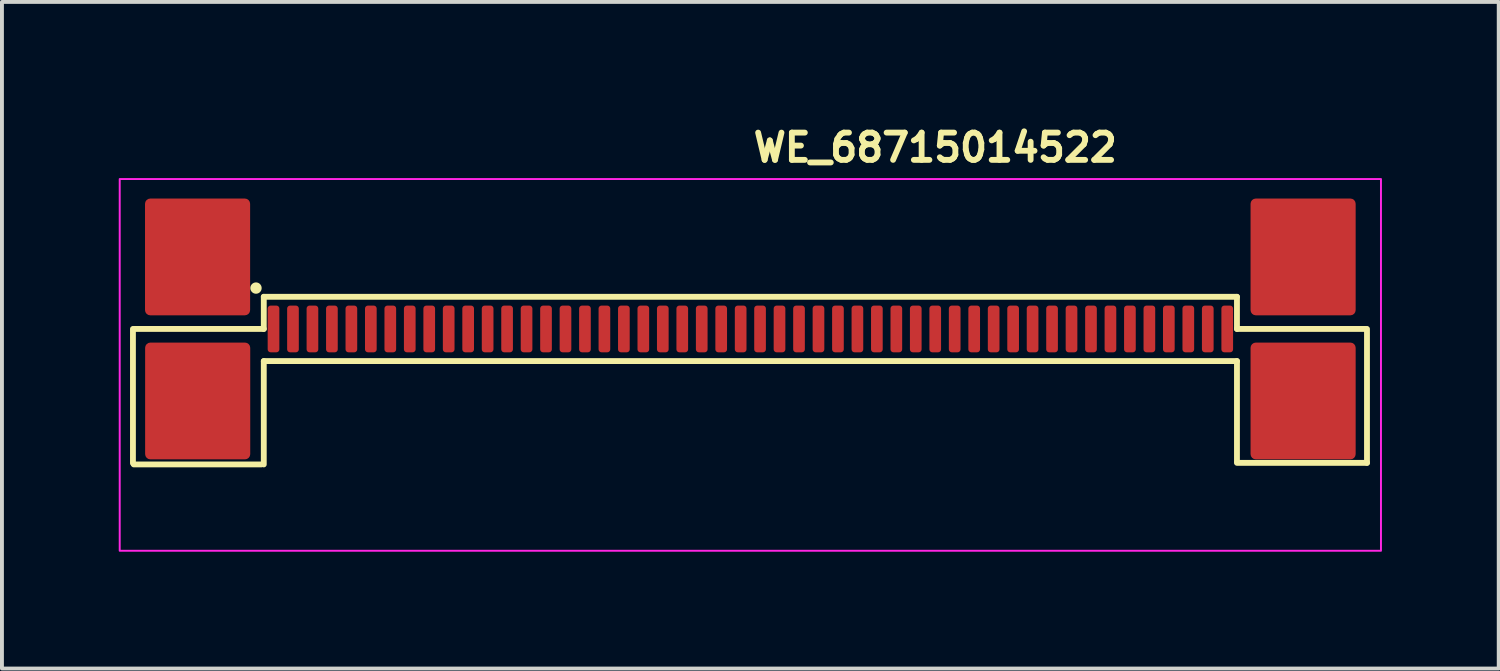
<source format=kicad_pcb>
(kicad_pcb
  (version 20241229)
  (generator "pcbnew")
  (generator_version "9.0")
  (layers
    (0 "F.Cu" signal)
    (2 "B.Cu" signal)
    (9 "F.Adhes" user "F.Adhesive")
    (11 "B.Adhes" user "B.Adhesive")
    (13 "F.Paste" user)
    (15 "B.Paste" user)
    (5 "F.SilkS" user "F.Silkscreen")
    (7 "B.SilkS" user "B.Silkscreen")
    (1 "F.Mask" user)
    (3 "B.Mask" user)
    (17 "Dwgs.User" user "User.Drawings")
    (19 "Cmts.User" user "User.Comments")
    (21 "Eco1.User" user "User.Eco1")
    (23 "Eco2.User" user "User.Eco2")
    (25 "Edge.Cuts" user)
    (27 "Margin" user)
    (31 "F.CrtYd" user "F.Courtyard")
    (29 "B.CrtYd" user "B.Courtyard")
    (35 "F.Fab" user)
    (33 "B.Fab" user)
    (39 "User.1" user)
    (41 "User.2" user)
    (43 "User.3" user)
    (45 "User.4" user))
  (footprint "WE_68715014522"
    (layer "F.Cu")
    (at 16.226 7.55)
    (property "Reference" "WE_68715014522" (at 0 -6.4 0) (layer "F.SilkS") (effects (font (size 0.7 0.7) (thickness 0.15)) (justify left bottom)))
    (attr smd)
    (fp_line (start -15.861 1.298) (end -15.861 -2.15) (stroke (width 0.15) (type solid)) (layer "F.SilkS"))
    (fp_line (start -15.83 -2.15) (end -12.5 -2.15) (stroke (width 0.15) (type solid)) (layer "F.SilkS"))
    (fp_line (start -12.561 1.33) (end -15.84 1.33) (stroke (width 0.15) (type solid)) (layer "F.SilkS"))
    (fp_line (start -12.5 -2.976) (end 12.499 -2.976) (stroke (width 0.15) (type solid)) (layer "F.SilkS"))
    (fp_line (start -12.5 -2.15) (end -12.5 -2.976) (stroke (width 0.15) (type solid)) (layer "F.SilkS"))
    (fp_line (start -12.5 -1.325) (end -12.5 1.33) (stroke (width 0.15) (type solid)) (layer "F.SilkS"))
    (fp_line (start -12.5 -1.325) (end 12.499 -1.325) (stroke (width 0.15) (type solid)) (layer "F.SilkS"))
    (fp_line (start 12.499 -2.15) (end 12.499 -2.976) (stroke (width 0.15) (type solid)) (layer "F.SilkS"))
    (fp_line (start 12.499 -1.325) (end 12.499 1.259) (stroke (width 0.15) (type solid)) (layer "F.SilkS"))
    (fp_line (start 12.499 1.29) (end 15.839 1.29) (stroke (width 0.15) (type solid)) (layer "F.SilkS"))
    (fp_line (start 15.81 -2.15) (end 12.499 -2.15) (stroke (width 0.15) (type solid)) (layer "F.SilkS"))
    (fp_line (start 15.839 1.29) (end 15.839 -2.15) (stroke (width 0.15) (type solid)) (layer "F.SilkS"))
    (fp_circle (center -12.7 -3.2) (end -12.65 -3.15) (stroke (width 0.15) (type solid)) (fill yes) (layer "F.SilkS"))
    (fp_rect (start -16.201 -6.001) (end 16.198 3.548) (stroke (width 0.05) (type solid)) (fill no) (layer "F.CrtYd"))
    (fp_rect (start -15.701 -2.551) (end 15.698 2.548) (stroke (width 0.1) (type solid)) (fill no) (layer "User.5"))
    (fp_line (start -15.701 1.249) (end 15.698 1.249) (stroke (width 0.02) (type solid)) (layer "User.9"))
    (fp_line (start -15.701 2.45) (end -15.701 1.249) (stroke (width 0.02) (type solid)) (layer "User.9"))
    (fp_line (start -15.701 2.454) (end -15.701 2.45) (stroke (width 0.02) (type solid)) (layer "User.9"))
    (fp_line (start -15.701 2.454) (end -15.701 2.45) (stroke (width 0.02) (type solid)) (layer "User.9"))
    (fp_line (start -15.701 2.459) (end -15.701 2.454) (stroke (width 0.02) (type solid)) (layer "User.9"))
    (fp_line (start -15.701 2.459) (end -15.701 2.454) (stroke (width 0.02) (type solid)) (layer "User.9"))
    (fp_line (start -15.701 2.463) (end -15.701 2.459) (stroke (width 0.02) (type solid)) (layer "User.9"))
    (fp_line (start -15.701 2.463) (end -15.701 2.459) (stroke (width 0.02) (type solid)) (layer "User.9"))
    (fp_line (start -15.699 2.468) (end -15.701 2.463) (stroke (width 0.02) (type solid)) (layer "User.9"))
    (fp_line (start -15.699 2.468) (end -15.701 2.463) (stroke (width 0.02) (type solid)) (layer "User.9"))
    (fp_line (start -15.699 2.474) (end -15.699 2.468) (stroke (width 0.02) (type solid)) (layer "User.9"))
    (fp_line (start -15.699 2.474) (end -15.699 2.468) (stroke (width 0.02) (type solid)) (layer "User.9"))
    (fp_line (start -15.696 2.479) (end -15.699 2.474) (stroke (width 0.02) (type solid)) (layer "User.9"))
    (fp_line (start -15.696 2.479) (end -15.699 2.474) (stroke (width 0.02) (type solid)) (layer "User.9"))
    (fp_line (start -15.695 2.483) (end -15.696 2.479) (stroke (width 0.02) (type solid)) (layer "User.9"))
    (fp_line (start -15.695 2.483) (end -15.696 2.479) (stroke (width 0.02) (type solid)) (layer "User.9"))
    (fp_line (start -15.693 2.487) (end -15.695 2.483) (stroke (width 0.02) (type solid)) (layer "User.9"))
    (fp_line (start -15.693 2.487) (end -15.695 2.483) (stroke (width 0.02) (type solid)) (layer "User.9"))
    (fp_line (start -15.692 2.491) (end -15.693 2.487) (stroke (width 0.02) (type solid)) (layer "User.9"))
    (fp_line (start -15.692 2.491) (end -15.693 2.487) (stroke (width 0.02) (type solid)) (layer "User.9"))
    (fp_line (start -15.689 2.496) (end -15.692 2.491) (stroke (width 0.02) (type solid)) (layer "User.9"))
    (fp_line (start -15.689 2.496) (end -15.692 2.491) (stroke (width 0.02) (type solid)) (layer "User.9"))
    (fp_line (start -15.686 2.5) (end -15.689 2.496) (stroke (width 0.02) (type solid)) (layer "User.9"))
    (fp_line (start -15.686 2.5) (end -15.689 2.496) (stroke (width 0.02) (type solid)) (layer "User.9"))
    (fp_line (start -15.683 2.504) (end -15.686 2.5) (stroke (width 0.02) (type solid)) (layer "User.9"))
    (fp_line (start -15.683 2.504) (end -15.686 2.5) (stroke (width 0.02) (type solid)) (layer "User.9"))
    (fp_line (start -15.682 2.508) (end -15.683 2.504) (stroke (width 0.02) (type solid)) (layer "User.9"))
    (fp_line (start -15.682 2.508) (end -15.683 2.504) (stroke (width 0.02) (type solid)) (layer "User.9"))
    (fp_line (start -15.679 2.512) (end -15.682 2.508) (stroke (width 0.02) (type solid)) (layer "User.9"))
    (fp_line (start -15.679 2.512) (end -15.682 2.508) (stroke (width 0.02) (type solid)) (layer "User.9"))
    (fp_line (start -15.674 2.515) (end -15.679 2.512) (stroke (width 0.02) (type solid)) (layer "User.9"))
    (fp_line (start -15.674 2.515) (end -15.679 2.512) (stroke (width 0.02) (type solid)) (layer "User.9"))
    (fp_line (start -15.672 2.519) (end -15.674 2.515) (stroke (width 0.02) (type solid)) (layer "User.9"))
    (fp_line (start -15.672 2.519) (end -15.674 2.515) (stroke (width 0.02) (type solid)) (layer "User.9"))
    (fp_line (start -15.667 2.523) (end -15.672 2.519) (stroke (width 0.02) (type solid)) (layer "User.9"))
    (fp_line (start -15.667 2.523) (end -15.672 2.519) (stroke (width 0.02) (type solid)) (layer "User.9"))
    (fp_line (start -15.664 2.527) (end -15.667 2.523) (stroke (width 0.02) (type solid)) (layer "User.9"))
    (fp_line (start -15.664 2.527) (end -15.667 2.523) (stroke (width 0.02) (type solid)) (layer "User.9"))
    (fp_line (start -15.66 2.53) (end -15.664 2.527) (stroke (width 0.02) (type solid)) (layer "User.9"))
    (fp_line (start -15.66 2.53) (end -15.664 2.527) (stroke (width 0.02) (type solid)) (layer "User.9"))
    (fp_line (start -15.657 2.531) (end -15.66 2.53) (stroke (width 0.02) (type solid)) (layer "User.9"))
    (fp_line (start -15.657 2.531) (end -15.66 2.53) (stroke (width 0.02) (type solid)) (layer "User.9"))
    (fp_line (start -15.653 2.535) (end -15.657 2.531) (stroke (width 0.02) (type solid)) (layer "User.9"))
    (fp_line (start -15.653 2.535) (end -15.657 2.531) (stroke (width 0.02) (type solid)) (layer "User.9"))
    (fp_line (start -15.648 2.538) (end -15.653 2.535) (stroke (width 0.02) (type solid)) (layer "User.9"))
    (fp_line (start -15.648 2.538) (end -15.653 2.535) (stroke (width 0.02) (type solid)) (layer "User.9"))
    (fp_line (start -15.644 2.539) (end -15.648 2.538) (stroke (width 0.02) (type solid)) (layer "User.9"))
    (fp_line (start -15.644 2.539) (end -15.648 2.538) (stroke (width 0.02) (type solid)) (layer "User.9"))
    (fp_line (start -15.64 2.542) (end -15.644 2.539) (stroke (width 0.02) (type solid)) (layer "User.9"))
    (fp_line (start -15.64 2.542) (end -15.644 2.539) (stroke (width 0.02) (type solid)) (layer "User.9"))
    (fp_line (start -15.635 2.543) (end -15.64 2.542) (stroke (width 0.02) (type solid)) (layer "User.9"))
    (fp_line (start -15.635 2.543) (end -15.64 2.542) (stroke (width 0.02) (type solid)) (layer "User.9"))
    (fp_line (start -15.631 2.544) (end -15.635 2.543) (stroke (width 0.02) (type solid)) (layer "User.9"))
    (fp_line (start -15.631 2.544) (end -15.635 2.543) (stroke (width 0.02) (type solid)) (layer "User.9"))
    (fp_line (start -15.625 2.547) (end -15.631 2.544) (stroke (width 0.02) (type solid)) (layer "User.9"))
    (fp_line (start -15.625 2.547) (end -15.631 2.544) (stroke (width 0.02) (type solid)) (layer "User.9"))
    (fp_line (start -15.621 2.547) (end -15.625 2.547) (stroke (width 0.02) (type solid)) (layer "User.9"))
    (fp_line (start -15.621 2.547) (end -15.625 2.547) (stroke (width 0.02) (type solid)) (layer "User.9"))
    (fp_line (start -15.615 2.548) (end -15.621 2.547) (stroke (width 0.02) (type solid)) (layer "User.9"))
    (fp_line (start -15.615 2.548) (end -15.621 2.547) (stroke (width 0.02) (type solid)) (layer "User.9"))
    (fp_line (start -15.611 2.548) (end -15.615 2.548) (stroke (width 0.02) (type solid)) (layer "User.9"))
    (fp_line (start -15.611 2.548) (end -15.615 2.548) (stroke (width 0.02) (type solid)) (layer "User.9"))
    (fp_line (start -15.606 2.548) (end -15.611 2.548) (stroke (width 0.02) (type solid)) (layer "User.9"))
    (fp_line (start -15.606 2.548) (end -15.611 2.548) (stroke (width 0.02) (type solid)) (layer "User.9"))
    (fp_line (start -15.6 2.548) (end -15.606 2.548) (stroke (width 0.02) (type solid)) (layer "User.9"))
    (fp_line (start -15.6 2.548) (end -15.606 2.548) (stroke (width 0.02) (type solid)) (layer "User.9"))
    (fp_line (start -15.6 2.548) (end 15.598 2.548) (stroke (width 0.02) (type solid)) (layer "User.9"))
    (fp_line (start -15.532 -0.359) (end -15.532 -0.355) (stroke (width 0.02) (type solid)) (layer "User.9"))
    (fp_line (start -15.532 -0.355) (end -15.532 -0.351) (stroke (width 0.02) (type solid)) (layer "User.9"))
    (fp_line (start -15.532 -0.351) (end -15.532 -0.346) (stroke (width 0.02) (type solid)) (layer "User.9"))
    (fp_line (start -15.532 -0.346) (end -15.531 -0.341) (stroke (width 0.02) (type solid)) (layer "User.9"))
    (fp_line (start -15.531 -1.262) (end -15.531 -1.262) (stroke (width 0.02) (type solid)) (layer "User.9"))
    (fp_line (start -15.531 -1.262) (end -15.531 -1.256) (stroke (width 0.02) (type solid)) (layer "User.9"))
    (fp_line (start -15.531 -1.256) (end -15.531 -1.252) (stroke (width 0.02) (type solid)) (layer "User.9"))
    (fp_line (start -15.531 -1.252) (end -15.531 -1.248) (stroke (width 0.02) (type solid)) (layer "User.9"))
    (fp_line (start -15.531 -1.248) (end -15.531 -1.242) (stroke (width 0.02) (type solid)) (layer "User.9"))
    (fp_line (start -15.531 -1.242) (end -15.531 -1.238) (stroke (width 0.02) (type solid)) (layer "User.9"))
    (fp_line (start -15.531 -1.238) (end -15.529 -1.234) (stroke (width 0.02) (type solid)) (layer "User.9"))
    (fp_line (start -15.531 -0.364) (end -15.532 -0.359) (stroke (width 0.02) (type solid)) (layer "User.9"))
    (fp_line (start -15.531 -0.341) (end -15.531 -0.341) (stroke (width 0.02) (type solid)) (layer "User.9"))
    (fp_line (start -15.531 -0.341) (end -15.531 -0.337) (stroke (width 0.02) (type solid)) (layer "User.9"))
    (fp_line (start -15.531 -0.337) (end -15.529 -0.332) (stroke (width 0.02) (type solid)) (layer "User.9"))
    (fp_line (start -15.529 -1.27) (end -15.529 -1.266) (stroke (width 0.02) (type solid)) (layer "User.9"))
    (fp_line (start -15.529 -1.266) (end -15.531 -1.262) (stroke (width 0.02) (type solid)) (layer "User.9"))
    (fp_line (start -15.529 -1.234) (end -15.529 -1.228) (stroke (width 0.02) (type solid)) (layer "User.9"))
    (fp_line (start -15.529 -1.228) (end -15.528 -1.224) (stroke (width 0.02) (type solid)) (layer "User.9"))
    (fp_line (start -15.529 -0.373) (end -15.529 -0.368) (stroke (width 0.02) (type solid)) (layer "User.9"))
    (fp_line (start -15.529 -0.368) (end -15.531 -0.364) (stroke (width 0.02) (type solid)) (layer "User.9"))
    (fp_line (start -15.529 -0.332) (end -15.529 -0.327) (stroke (width 0.02) (type solid)) (layer "User.9"))
    (fp_line (start -15.529 -0.327) (end -15.528 -0.323) (stroke (width 0.02) (type solid)) (layer "User.9"))
    (fp_line (start -15.528 -1.276) (end -15.529 -1.27) (stroke (width 0.02) (type solid)) (layer "User.9"))
    (fp_line (start -15.528 -1.224) (end -15.526 -1.22) (stroke (width 0.02) (type solid)) (layer "User.9"))
    (fp_line (start -15.528 -0.377) (end -15.529 -0.373) (stroke (width 0.02) (type solid)) (layer "User.9"))
    (fp_line (start -15.528 -0.323) (end -15.526 -0.317) (stroke (width 0.02) (type solid)) (layer "User.9"))
    (fp_line (start -15.526 -1.285) (end -15.526 -1.28) (stroke (width 0.02) (type solid)) (layer "User.9"))
    (fp_line (start -15.526 -1.28) (end -15.528 -1.276) (stroke (width 0.02) (type solid)) (layer "User.9"))
    (fp_line (start -15.526 -1.22) (end -15.525 -1.216) (stroke (width 0.02) (type solid)) (layer "User.9"))
    (fp_line (start -15.526 -0.387) (end -15.526 -0.382) (stroke (width 0.02) (type solid)) (layer "User.9"))
    (fp_line (start -15.526 -0.382) (end -15.528 -0.377) (stroke (width 0.02) (type solid)) (layer "User.9"))
    (fp_line (start -15.526 -0.317) (end -15.525 -0.313) (stroke (width 0.02) (type solid)) (layer "User.9"))
    (fp_line (start -15.525 -1.216) (end -15.522 -1.212) (stroke (width 0.02) (type solid)) (layer "User.9"))
    (fp_line (start -15.525 -0.313) (end -15.522 -0.309) (stroke (width 0.02) (type solid)) (layer "User.9"))
    (fp_line (start -15.523 -1.289) (end -15.526 -1.285) (stroke (width 0.02) (type solid)) (layer "User.9"))
    (fp_line (start -15.523 -0.391) (end -15.526 -0.387) (stroke (width 0.02) (type solid)) (layer "User.9"))
    (fp_line (start -15.522 -1.293) (end -15.523 -1.289) (stroke (width 0.02) (type solid)) (layer "User.9"))
    (fp_line (start -15.522 -1.212) (end -15.52 -1.208) (stroke (width 0.02) (type solid)) (layer "User.9"))
    (fp_line (start -15.522 -0.395) (end -15.523 -0.391) (stroke (width 0.02) (type solid)) (layer "User.9"))
    (fp_line (start -15.522 -0.309) (end -15.52 -0.305) (stroke (width 0.02) (type solid)) (layer "User.9"))
    (fp_line (start -15.52 -1.208) (end -15.519 -1.204) (stroke (width 0.02) (type solid)) (layer "User.9"))
    (fp_line (start -15.52 -0.305) (end -15.519 -0.301) (stroke (width 0.02) (type solid)) (layer "User.9"))
    (fp_line (start -15.519 -1.297) (end -15.522 -1.293) (stroke (width 0.02) (type solid)) (layer "User.9"))
    (fp_line (start -15.519 -1.204) (end -15.516 -1.2) (stroke (width 0.02) (type solid)) (layer "User.9"))
    (fp_line (start -15.519 -0.399) (end -15.522 -0.395) (stroke (width 0.02) (type solid)) (layer "User.9"))
    (fp_line (start -15.519 -0.301) (end -15.516 -0.297) (stroke (width 0.02) (type solid)) (layer "User.9"))
    (fp_line (start -15.517 -1.301) (end -15.519 -1.297) (stroke (width 0.02) (type solid)) (layer "User.9"))
    (fp_line (start -15.517 -0.403) (end -15.519 -0.399) (stroke (width 0.02) (type solid)) (layer "User.9"))
    (fp_line (start -15.516 -1.305) (end -15.517 -1.301) (stroke (width 0.02) (type solid)) (layer "User.9"))
    (fp_line (start -15.516 -1.2) (end -15.515 -1.196) (stroke (width 0.02) (type solid)) (layer "User.9"))
    (fp_line (start -15.516 -0.297) (end -15.513 -0.293) (stroke (width 0.02) (type solid)) (layer "User.9"))
    (fp_line (start -15.515 -1.196) (end -15.512 -1.192) (stroke (width 0.02) (type solid)) (layer "User.9"))
    (fp_line (start -15.515 -0.407) (end -15.517 -0.403) (stroke (width 0.02) (type solid)) (layer "User.9"))
    (fp_line (start -15.513 -1.309) (end -15.516 -1.305) (stroke (width 0.02) (type solid)) (layer "User.9"))
    (fp_line (start -15.513 -0.411) (end -15.515 -0.407) (stroke (width 0.02) (type solid)) (layer "User.9"))
    (fp_line (start -15.513 -0.293) (end -15.51 -0.289) (stroke (width 0.02) (type solid)) (layer "User.9"))
    (fp_line (start -15.512 -1.192) (end -15.509 -1.188) (stroke (width 0.02) (type solid)) (layer "User.9"))
    (fp_line (start -15.51 -1.313) (end -15.513 -1.309) (stroke (width 0.02) (type solid)) (layer "User.9"))
    (fp_line (start -15.51 -0.414) (end -15.513 -0.411) (stroke (width 0.02) (type solid)) (layer "User.9"))
    (fp_line (start -15.51 -0.289) (end -15.507 -0.287) (stroke (width 0.02) (type solid)) (layer "User.9"))
    (fp_line (start -15.509 -1.188) (end -15.506 -1.184) (stroke (width 0.02) (type solid)) (layer "User.9"))
    (fp_line (start -15.507 -1.315) (end -15.51 -1.313) (stroke (width 0.02) (type solid)) (layer "User.9"))
    (fp_line (start -15.507 -0.287) (end -15.504 -0.284) (stroke (width 0.02) (type solid)) (layer "User.9"))
    (fp_line (start -15.506 -1.184) (end -15.503 -1.182) (stroke (width 0.02) (type solid)) (layer "User.9"))
    (fp_line (start -15.506 -0.417) (end -15.51 -0.414) (stroke (width 0.02) (type solid)) (layer "User.9"))
    (fp_line (start -15.504 -1.319) (end -15.507 -1.315) (stroke (width 0.02) (type solid)) (layer "User.9"))
    (fp_line (start -15.504 -0.284) (end -15.501 -0.28) (stroke (width 0.02) (type solid)) (layer "User.9"))
    (fp_line (start -15.503 -1.182) (end -15.5 -1.178) (stroke (width 0.02) (type solid)) (layer "User.9"))
    (fp_line (start -15.503 -0.42) (end -15.506 -0.417) (stroke (width 0.02) (type solid)) (layer "User.9"))
    (fp_line (start -15.501 -1.323) (end -15.504 -1.319) (stroke (width 0.02) (type solid)) (layer "User.9"))
    (fp_line (start -15.501 -0.28) (end -15.499 -0.277) (stroke (width 0.02) (type solid)) (layer "User.9"))
    (fp_line (start -15.5 -1.178) (end -15.497 -1.176) (stroke (width 0.02) (type solid)) (layer "User.9"))
    (fp_line (start -15.5 -0.423) (end -15.503 -0.42) (stroke (width 0.02) (type solid)) (layer "User.9"))
    (fp_line (start -15.499 -0.277) (end -15.496 -0.274) (stroke (width 0.02) (type solid)) (layer "User.9"))
    (fp_line (start -15.497 -1.325) (end -15.501 -1.323) (stroke (width 0.02) (type solid)) (layer "User.9"))
    (fp_line (start -15.497 -1.176) (end -15.494 -1.172) (stroke (width 0.02) (type solid)) (layer "User.9"))
    (fp_line (start -15.497 -0.426) (end -15.5 -0.423) (stroke (width 0.02) (type solid)) (layer "User.9"))
    (fp_line (start -15.496 -0.274) (end -15.491 -0.272) (stroke (width 0.02) (type solid)) (layer "User.9"))
    (fp_line (start -15.494 -1.329) (end -15.497 -1.325) (stroke (width 0.02) (type solid)) (layer "User.9"))
    (fp_line (start -15.494 -1.172) (end -15.49 -1.17) (stroke (width 0.02) (type solid)) (layer "User.9"))
    (fp_line (start -15.494 -0.429) (end -15.497 -0.426) (stroke (width 0.02) (type solid)) (layer "User.9"))
    (fp_line (start -15.491 -1.331) (end -15.494 -1.329) (stroke (width 0.02) (type solid)) (layer "User.9"))
    (fp_line (start -15.491 -0.272) (end -15.487 -0.269) (stroke (width 0.02) (type solid)) (layer "User.9"))
    (fp_line (start -15.49 -1.17) (end -15.486 -1.168) (stroke (width 0.02) (type solid)) (layer "User.9"))
    (fp_line (start -15.49 -0.432) (end -15.494 -0.429) (stroke (width 0.02) (type solid)) (layer "User.9"))
    (fp_line (start -15.487 -1.333) (end -15.491 -1.331) (stroke (width 0.02) (type solid)) (layer "User.9"))
    (fp_line (start -15.487 -0.434) (end -15.49 -0.432) (stroke (width 0.02) (type solid)) (layer "User.9"))
    (fp_line (start -15.487 -0.269) (end -15.484 -0.266) (stroke (width 0.02) (type solid)) (layer "User.9"))
    (fp_line (start -15.486 -1.168) (end -15.481 -1.164) (stroke (width 0.02) (type solid)) (layer "User.9"))
    (fp_line (start -15.484 -1.337) (end -15.487 -1.333) (stroke (width 0.02) (type solid)) (layer "User.9"))
    (fp_line (start -15.484 -0.266) (end -15.481 -0.264) (stroke (width 0.02) (type solid)) (layer "User.9"))
    (fp_line (start -15.483 -0.437) (end -15.487 -0.434) (stroke (width 0.02) (type solid)) (layer "User.9"))
    (fp_line (start -15.481 -1.164) (end -15.477 -1.162) (stroke (width 0.02) (type solid)) (layer "User.9"))
    (fp_line (start -15.481 -0.264) (end -15.477 -0.262) (stroke (width 0.02) (type solid)) (layer "User.9"))
    (fp_line (start -15.48 -1.339) (end -15.484 -1.337) (stroke (width 0.02) (type solid)) (layer "User.9"))
    (fp_line (start -15.478 -0.439) (end -15.483 -0.437) (stroke (width 0.02) (type solid)) (layer "User.9"))
    (fp_line (start -15.477 -1.162) (end -15.474 -1.16) (stroke (width 0.02) (type solid)) (layer "User.9"))
    (fp_line (start -15.477 -0.262) (end -15.472 -0.26) (stroke (width 0.02) (type solid)) (layer "User.9"))
    (fp_line (start -15.475 -1.341) (end -15.48 -1.339) (stroke (width 0.02) (type solid)) (layer "User.9"))
    (fp_line (start -15.474 -1.16) (end -15.47 -1.158) (stroke (width 0.02) (type solid)) (layer "User.9"))
    (fp_line (start -15.474 -0.441) (end -15.478 -0.439) (stroke (width 0.02) (type solid)) (layer "User.9"))
    (fp_line (start -15.472 -0.26) (end -15.468 -0.258) (stroke (width 0.02) (type solid)) (layer "User.9"))
    (fp_line (start -15.471 -1.343) (end -15.475 -1.341) (stroke (width 0.02) (type solid)) (layer "User.9"))
    (fp_line (start -15.47 -1.158) (end -15.465 -1.156) (stroke (width 0.02) (type solid)) (layer "User.9"))
    (fp_line (start -15.47 -0.443) (end -15.474 -0.441) (stroke (width 0.02) (type solid)) (layer "User.9"))
    (fp_line (start -15.468 -1.345) (end -15.471 -1.343) (stroke (width 0.02) (type solid)) (layer "User.9"))
    (fp_line (start -15.468 -0.258) (end -15.464 -0.256) (stroke (width 0.02) (type solid)) (layer "User.9"))
    (fp_line (start -15.465 -1.156) (end -15.461 -1.156) (stroke (width 0.02) (type solid)) (layer "User.9"))
    (fp_line (start -15.465 -0.445) (end -15.47 -0.443) (stroke (width 0.02) (type solid)) (layer "User.9"))
    (fp_line (start -15.464 -1.345) (end -15.468 -1.345) (stroke (width 0.02) (type solid)) (layer "User.9"))
    (fp_line (start -15.464 -0.256) (end -15.459 -0.254) (stroke (width 0.02) (type solid)) (layer "User.9"))
    (fp_line (start -15.461 -1.156) (end -15.456 -1.154) (stroke (width 0.02) (type solid)) (layer "User.9"))
    (fp_line (start -15.461 -0.446) (end -15.465 -0.445) (stroke (width 0.02) (type solid)) (layer "User.9"))
    (fp_line (start -15.459 -0.254) (end -15.455 -0.253) (stroke (width 0.02) (type solid)) (layer "User.9"))
    (fp_line (start -15.458 -1.347) (end -15.464 -1.345) (stroke (width 0.02) (type solid)) (layer "User.9"))
    (fp_line (start -15.456 -1.154) (end -15.452 -1.154) (stroke (width 0.02) (type solid)) (layer "User.9"))
    (fp_line (start -15.456 -0.447) (end -15.461 -0.446) (stroke (width 0.02) (type solid)) (layer "User.9"))
    (fp_line (start -15.455 -1.349) (end -15.458 -1.347) (stroke (width 0.02) (type solid)) (layer "User.9"))
    (fp_line (start -15.455 -0.253) (end -15.451 -0.252) (stroke (width 0.02) (type solid)) (layer "User.9"))
    (fp_line (start -15.452 -1.154) (end -15.151 -1.091) (stroke (width 0.02) (type solid)) (layer "User.9"))
    (fp_line (start -15.452 -0.448) (end -15.456 -0.447) (stroke (width 0.02) (type solid)) (layer "User.9"))
    (fp_line (start -15.451 -0.252) (end -15.445 -0.251) (stroke (width 0.02) (type solid)) (layer "User.9"))
    (fp_line (start -15.449 -1.349) (end -15.455 -1.349) (stroke (width 0.02) (type solid)) (layer "User.9"))
    (fp_line (start -15.445 -1.349) (end -15.449 -1.349) (stroke (width 0.02) (type solid)) (layer "User.9"))
    (fp_line (start -15.445 -0.251) (end -15.442 -0.251) (stroke (width 0.02) (type solid)) (layer "User.9"))
    (fp_line (start -15.442 -0.251) (end -15.436 -0.251) (stroke (width 0.02) (type solid)) (layer "User.9"))
    (fp_line (start -15.44 -1.351) (end -15.445 -1.349) (stroke (width 0.02) (type solid)) (layer "User.9"))
    (fp_line (start -15.436 -1.351) (end -15.44 -1.351) (stroke (width 0.02) (type solid)) (layer "User.9"))
    (fp_line (start -15.436 -0.251) (end -15.432 -0.25) (stroke (width 0.02) (type solid)) (layer "User.9"))
    (fp_line (start -15.432 -0.25) (end -15.151 -0.25) (stroke (width 0.02) (type solid)) (layer "User.9"))
    (fp_line (start -15.43 -1.351) (end -15.436 -1.351) (stroke (width 0.02) (type solid)) (layer "User.9"))
    (fp_line (start -15.43 -1.351) (end -15.151 -1.351) (stroke (width 0.02) (type solid)) (layer "User.9"))
    (fp_line (start -15.401 1.249) (end -15.388 1.249) (stroke (width 0.02) (type solid)) (layer "User.9"))
    (fp_line (start -15.388 1.249) (end -15.376 1.247) (stroke (width 0.02) (type solid)) (layer "User.9"))
    (fp_line (start -15.376 1.247) (end -15.365 1.247) (stroke (width 0.02) (type solid)) (layer "User.9"))
    (fp_line (start -15.365 1.247) (end -15.352 1.243) (stroke (width 0.02) (type solid)) (layer "User.9"))
    (fp_line (start -15.352 1.243) (end -15.34 1.241) (stroke (width 0.02) (type solid)) (layer "User.9"))
    (fp_line (start -15.34 1.241) (end -15.329 1.237) (stroke (width 0.02) (type solid)) (layer "User.9"))
    (fp_line (start -15.329 1.237) (end -15.317 1.235) (stroke (width 0.02) (type solid)) (layer "User.9"))
    (fp_line (start -15.317 1.235) (end -15.305 1.229) (stroke (width 0.02) (type solid)) (layer "User.9"))
    (fp_line (start -15.305 1.229) (end -15.295 1.225) (stroke (width 0.02) (type solid)) (layer "User.9"))
    (fp_line (start -15.295 1.225) (end -15.283 1.219) (stroke (width 0.02) (type solid)) (layer "User.9"))
    (fp_line (start -15.283 1.219) (end -15.272 1.213) (stroke (width 0.02) (type solid)) (layer "User.9"))
    (fp_line (start -15.272 1.213) (end -15.263 1.207) (stroke (width 0.02) (type solid)) (layer "User.9"))
    (fp_line (start -15.263 1.207) (end -15.253 1.199) (stroke (width 0.02) (type solid)) (layer "User.9"))
    (fp_line (start -15.253 1.199) (end -15.243 1.193) (stroke (width 0.02) (type solid)) (layer "User.9"))
    (fp_line (start -15.243 1.193) (end -15.234 1.185) (stroke (width 0.02) (type solid)) (layer "User.9"))
    (fp_line (start -15.234 1.185) (end -15.224 1.175) (stroke (width 0.02) (type solid)) (layer "User.9"))
    (fp_line (start -15.224 1.175) (end -15.224 1.175) (stroke (width 0.02) (type solid)) (layer "User.9"))
    (fp_line (start -15.224 1.175) (end -15.215 1.167) (stroke (width 0.02) (type solid)) (layer "User.9"))
    (fp_line (start -15.215 1.167) (end -15.208 1.157) (stroke (width 0.02) (type solid)) (layer "User.9"))
    (fp_line (start -15.208 1.157) (end -15.201 1.148) (stroke (width 0.02) (type solid)) (layer "User.9"))
    (fp_line (start -15.201 1.148) (end -15.193 1.138) (stroke (width 0.02) (type solid)) (layer "User.9"))
    (fp_line (start -15.193 1.138) (end -15.186 1.128) (stroke (width 0.02) (type solid)) (layer "User.9"))
    (fp_line (start -15.186 1.128) (end -15.18 1.116) (stroke (width 0.02) (type solid)) (layer "User.9"))
    (fp_line (start -15.18 1.116) (end -15.176 1.106) (stroke (width 0.02) (type solid)) (layer "User.9"))
    (fp_line (start -15.176 1.106) (end -15.17 1.094) (stroke (width 0.02) (type solid)) (layer "User.9"))
    (fp_line (start -15.17 1.094) (end -15.166 1.084) (stroke (width 0.02) (type solid)) (layer "User.9"))
    (fp_line (start -15.166 1.084) (end -15.163 1.072) (stroke (width 0.02) (type solid)) (layer "User.9"))
    (fp_line (start -15.163 1.072) (end -15.158 1.06) (stroke (width 0.02) (type solid)) (layer "User.9"))
    (fp_line (start -15.158 1.06) (end -15.157 1.048) (stroke (width 0.02) (type solid)) (layer "User.9"))
    (fp_line (start -15.157 1.048) (end -15.154 1.036) (stroke (width 0.02) (type solid)) (layer "User.9"))
    (fp_line (start -15.154 1.036) (end -15.153 1.024) (stroke (width 0.02) (type solid)) (layer "User.9"))
    (fp_line (start -15.153 1.024) (end -15.151 1.011) (stroke (width 0.02) (type solid)) (layer "User.9"))
    (fp_line (start -15.151 -1.75) (end -15.151 0.998) (stroke (width 0.02) (type solid)) (layer "User.9"))
    (fp_line (start -15.151 -1.75) (end -14.701 -1.75) (stroke (width 0.02) (type solid)) (layer "User.9"))
    (fp_line (start -15.151 -0.511) (end -15.452 -0.448) (stroke (width 0.02) (type solid)) (layer "User.9"))
    (fp_line (start -15.151 1.011) (end -15.151 0.998) (stroke (width 0.02) (type solid)) (layer "User.9"))
    (fp_line (start -14.701 -1.75) (end -14.701 1.249) (stroke (width 0.02) (type solid)) (layer "User.9"))
    (fp_line (start -14.701 -1.75) (end -13.93 -1.75) (stroke (width 0.02) (type solid)) (layer "User.9"))
    (fp_line (start -14.531 0.748) (end -14.531 -1.351) (stroke (width 0.02) (type solid)) (layer "User.9"))
    (fp_line (start -14.131 -0.71) (end -14.129 -0.72) (stroke (width 0.02) (type solid)) (layer "User.9"))
    (fp_line (start -14.131 -0.702) (end -14.131 -0.71) (stroke (width 0.02) (type solid)) (layer "User.9"))
    (fp_line (start -14.131 -0.692) (end -14.131 -0.702) (stroke (width 0.02) (type solid)) (layer "User.9"))
    (fp_line (start -14.129 -0.72) (end -14.128 -0.729) (stroke (width 0.02) (type solid)) (layer "User.9"))
    (fp_line (start -14.129 -0.682) (end -14.131 -0.692) (stroke (width 0.02) (type solid)) (layer "User.9"))
    (fp_line (start -14.128 -0.729) (end -14.125 -0.739) (stroke (width 0.02) (type solid)) (layer "User.9"))
    (fp_line (start -14.128 -0.673) (end -14.129 -0.682) (stroke (width 0.02) (type solid)) (layer "User.9"))
    (fp_line (start -14.125 -0.739) (end -14.124 -0.748) (stroke (width 0.02) (type solid)) (layer "User.9"))
    (fp_line (start -14.125 -0.663) (end -14.128 -0.673) (stroke (width 0.02) (type solid)) (layer "User.9"))
    (fp_line (start -14.124 -0.748) (end -14.119 -0.758) (stroke (width 0.02) (type solid)) (layer "User.9"))
    (fp_line (start -14.124 -0.654) (end -14.125 -0.663) (stroke (width 0.02) (type solid)) (layer "User.9"))
    (fp_line (start -14.119 -0.758) (end -14.115 -0.767) (stroke (width 0.02) (type solid)) (layer "User.9"))
    (fp_line (start -14.119 -0.644) (end -14.124 -0.654) (stroke (width 0.02) (type solid)) (layer "User.9"))
    (fp_line (start -14.115 -0.767) (end -14.11 -0.776) (stroke (width 0.02) (type solid)) (layer "User.9"))
    (fp_line (start -14.115 -0.634) (end -14.119 -0.644) (stroke (width 0.02) (type solid)) (layer "User.9"))
    (fp_line (start -14.11 -0.776) (end -14.11 -0.776) (stroke (width 0.02) (type solid)) (layer "User.9"))
    (fp_line (start -14.11 -0.776) (end -14.109 -0.781) (stroke (width 0.02) (type solid)) (layer "User.9"))
    (fp_line (start -14.11 -0.625) (end -14.115 -0.634) (stroke (width 0.02) (type solid)) (layer "User.9"))
    (fp_line (start -14.11 -0.625) (end -14.11 -0.625) (stroke (width 0.02) (type solid)) (layer "User.9"))
    (fp_line (start -14.109 -0.781) (end -14.106 -0.785) (stroke (width 0.02) (type solid)) (layer "User.9"))
    (fp_line (start -14.106 -0.785) (end -14.103 -0.789) (stroke (width 0.02) (type solid)) (layer "User.9"))
    (fp_line (start -14.106 -0.617) (end -14.11 -0.625) (stroke (width 0.02) (type solid)) (layer "User.9"))
    (fp_line (start -14.103 -0.789) (end -14.099 -0.793) (stroke (width 0.02) (type solid)) (layer "User.9"))
    (fp_line (start -14.099 -0.793) (end -14.096 -0.797) (stroke (width 0.02) (type solid)) (layer "User.9"))
    (fp_line (start -14.099 -0.609) (end -14.106 -0.617) (stroke (width 0.02) (type solid)) (layer "User.9"))
    (fp_line (start -14.096 -0.797) (end -14.093 -0.801) (stroke (width 0.02) (type solid)) (layer "User.9"))
    (fp_line (start -14.093 -0.801) (end -14.09 -0.804) (stroke (width 0.02) (type solid)) (layer "User.9"))
    (fp_line (start -14.093 -0.601) (end -14.099 -0.609) (stroke (width 0.02) (type solid)) (layer "User.9"))
    (fp_line (start -14.09 -0.804) (end -14.087 -0.808) (stroke (width 0.02) (type solid)) (layer "User.9"))
    (fp_line (start -14.087 -0.808) (end -14.083 -0.811) (stroke (width 0.02) (type solid)) (layer "User.9"))
    (fp_line (start -14.087 -0.594) (end -14.093 -0.601) (stroke (width 0.02) (type solid)) (layer "User.9"))
    (fp_line (start -14.083 -0.811) (end -14.08 -0.814) (stroke (width 0.02) (type solid)) (layer "User.9"))
    (fp_line (start -14.08 -0.814) (end -14.076 -0.818) (stroke (width 0.02) (type solid)) (layer "User.9"))
    (fp_line (start -14.08 -0.588) (end -14.087 -0.594) (stroke (width 0.02) (type solid)) (layer "User.9"))
    (fp_line (start -14.076 -0.818) (end -14.073 -0.821) (stroke (width 0.02) (type solid)) (layer "User.9"))
    (fp_line (start -14.073 -0.821) (end -14.068 -0.824) (stroke (width 0.02) (type solid)) (layer "User.9"))
    (fp_line (start -14.073 -0.581) (end -14.08 -0.588) (stroke (width 0.02) (type solid)) (layer "User.9"))
    (fp_line (start -14.068 -0.824) (end -14.064 -0.826) (stroke (width 0.02) (type solid)) (layer "User.9"))
    (fp_line (start -14.064 -0.826) (end -14.061 -0.829) (stroke (width 0.02) (type solid)) (layer "User.9"))
    (fp_line (start -14.064 -0.577) (end -14.073 -0.581) (stroke (width 0.02) (type solid)) (layer "User.9"))
    (fp_line (start -14.061 -0.829) (end -14.055 -0.831) (stroke (width 0.02) (type solid)) (layer "User.9"))
    (fp_line (start -14.055 -0.831) (end -14.051 -0.833) (stroke (width 0.02) (type solid)) (layer "User.9"))
    (fp_line (start -14.055 -0.572) (end -14.064 -0.577) (stroke (width 0.02) (type solid)) (layer "User.9"))
    (fp_line (start -14.051 -0.833) (end -14.048 -0.835) (stroke (width 0.02) (type solid)) (layer "User.9"))
    (fp_line (start -14.048 -0.835) (end -14.044 -0.837) (stroke (width 0.02) (type solid)) (layer "User.9"))
    (fp_line (start -14.048 -0.567) (end -14.055 -0.572) (stroke (width 0.02) (type solid)) (layer "User.9"))
    (fp_line (start -14.044 -0.837) (end -14.038 -0.839) (stroke (width 0.02) (type solid)) (layer "User.9"))
    (fp_line (start -14.038 -0.839) (end -14.035 -0.841) (stroke (width 0.02) (type solid)) (layer "User.9"))
    (fp_line (start -14.038 -0.563) (end -14.048 -0.567) (stroke (width 0.02) (type solid)) (layer "User.9"))
    (fp_line (start -14.035 -0.841) (end -14.029 -0.842) (stroke (width 0.02) (type solid)) (layer "User.9"))
    (fp_line (start -14.029 -0.842) (end -14.025 -0.844) (stroke (width 0.02) (type solid)) (layer "User.9"))
    (fp_line (start -14.029 -0.56) (end -14.038 -0.563) (stroke (width 0.02) (type solid)) (layer "User.9"))
    (fp_line (start -14.025 -0.844) (end -14.02 -0.845) (stroke (width 0.02) (type solid)) (layer "User.9"))
    (fp_line (start -14.02 -0.845) (end -14.016 -0.847) (stroke (width 0.02) (type solid)) (layer "User.9"))
    (fp_line (start -14.02 -0.557) (end -14.029 -0.56) (stroke (width 0.02) (type solid)) (layer "User.9"))
    (fp_line (start -14.016 -0.847) (end -14.01 -0.848) (stroke (width 0.02) (type solid)) (layer "User.9"))
    (fp_line (start -14.01 -0.848) (end -14.006 -0.848) (stroke (width 0.02) (type solid)) (layer "User.9"))
    (fp_line (start -14.01 -0.554) (end -14.02 -0.557) (stroke (width 0.02) (type solid)) (layer "User.9"))
    (fp_line (start -14.006 -0.848) (end -14 -0.849) (stroke (width 0.02) (type solid)) (layer "User.9"))
    (fp_line (start -14 -0.849) (end -13.996 -0.85) (stroke (width 0.02) (type solid)) (layer "User.9"))
    (fp_line (start -14 -0.553) (end -14.01 -0.554) (stroke (width 0.02) (type solid)) (layer "User.9"))
    (fp_line (start -13.996 -0.85) (end -13.99 -0.85) (stroke (width 0.02) (type solid)) (layer "User.9"))
    (fp_line (start -13.99 -0.85) (end -13.987 -0.85) (stroke (width 0.02) (type solid)) (layer "User.9"))
    (fp_line (start -13.99 -0.552) (end -14 -0.553) (stroke (width 0.02) (type solid)) (layer "User.9"))
    (fp_line (start -13.987 -0.85) (end -13.981 -0.851) (stroke (width 0.02) (type solid)) (layer "User.9"))
    (fp_line (start -13.981 -0.851) (end -13.44 -0.851) (stroke (width 0.02) (type solid)) (layer "User.9"))
    (fp_line (start -13.981 -0.551) (end -13.99 -0.552) (stroke (width 0.02) (type solid)) (layer "User.9"))
    (fp_line (start -13.781 -1.601) (end -13.93 -1.75) (stroke (width 0.02) (type solid)) (layer "User.9"))
    (fp_line (start -13.781 -1.351) (end -13.781 -1.601) (stroke (width 0.02) (type solid)) (layer "User.9"))
    (fp_line (start -13.781 -0.551) (end -13.781 -0.851) (stroke (width 0.02) (type solid)) (layer "User.9"))
    (fp_line (start -13.781 0.849) (end -13.781 0.748) (stroke (width 0.02) (type solid)) (layer "User.9"))
    (fp_line (start -13.631 -1.45) (end -13.781 -1.601) (stroke (width 0.02) (type solid)) (layer "User.9"))
    (fp_line (start -13.631 -1.45) (end -13.631 -1.351) (stroke (width 0.02) (type solid)) (layer "User.9"))
    (fp_line (start -13.631 -0.851) (end -13.631 -0.551) (stroke (width 0.02) (type solid)) (layer "User.9"))
    (fp_line (start -13.631 0.748) (end -13.631 0.849) (stroke (width 0.02) (type solid)) (layer "User.9"))
    (fp_line (start -13.44 -1.351) (end -14.531 -1.351) (stroke (width 0.02) (type solid)) (layer "User.9"))
    (fp_line (start -13.44 -1.351) (end -13.231 -1.351) (stroke (width 0.02) (type solid)) (layer "User.9"))
    (fp_line (start -13.44 -0.551) (end -13.981 -0.551) (stroke (width 0.02) (type solid)) (layer "User.9"))
    (fp_line (start -13.44 -0.551) (end -13.231 -0.551) (stroke (width 0.02) (type solid)) (layer "User.9"))
    (fp_line (start -13.44 0.748) (end -14.531 0.748) (stroke (width 0.02) (type solid)) (layer "User.9"))
    (fp_line (start -13.44 0.748) (end -13.231 0.748) (stroke (width 0.02) (type solid)) (layer "User.9"))
    (fp_line (start -13.43 -1.551) (end -13.43 -1.351) (stroke (width 0.02) (type solid)) (layer "User.9"))
    (fp_line (start -13.43 -1.551) (end -13.231 -1.551) (stroke (width 0.02) (type solid)) (layer "User.9"))
    (fp_line (start -13.43 0.849) (end -13.781 0.849) (stroke (width 0.02) (type solid)) (layer "User.9"))
    (fp_line (start -13.43 0.849) (end -13.43 1.249) (stroke (width 0.02) (type solid)) (layer "User.9"))
    (fp_line (start -13.231 -1.551) (end -13.231 -1.351) (stroke (width 0.02) (type solid)) (layer "User.9"))
    (fp_line (start -13.231 -1.25) (end -13.231 -1.351) (stroke (width 0.02) (type solid)) (layer "User.9"))
    (fp_line (start -13.231 -1.25) (end -13.231 -1.351) (stroke (width 0.02) (type solid)) (layer "User.9"))
    (fp_line (start -13.231 -0.851) (end -13.44 -0.851) (stroke (width 0.02) (type solid)) (layer "User.9"))
    (fp_line (start -13.231 1.249) (end -13.231 -1.25) (stroke (width 0.02) (type solid)) (layer "User.9"))
    (fp_line (start -13.231 1.249) (end 13.23 1.249) (stroke (width 0.02) (type solid)) (layer "User.9"))
    (fp_line (start -12.731 -1.75) (end -13.231 -1.25) (stroke (width 0.02) (type solid)) (layer "User.9"))
    (fp_line (start -12.731 -1.75) (end -12.35 -1.75) (stroke (width 0.02) (type solid)) (layer "User.9"))
    (fp_line (start -12.35 -2.551) (end -12.151 -2.551) (stroke (width 0.02) (type solid)) (layer "User.9"))
    (fp_line (start -12.35 -2.05) (end -12.35 -2.551) (stroke (width 0.02) (type solid)) (layer "User.9"))
    (fp_line (start -12.35 -2.05) (end -12.151 -2.05) (stroke (width 0.02) (type solid)) (layer "User.9"))
    (fp_line (start -12.35 -1.75) (end -12.35 -2.05) (stroke (width 0.02) (type solid)) (layer "User.9"))
    (fp_line (start -12.35 -1.75) (end -12.35 -1.25) (stroke (width 0.02) (type solid)) (layer "User.9"))
    (fp_line (start -12.35 -1.75) (end -12.151 -1.75) (stroke (width 0.02) (type solid)) (layer "User.9"))
    (fp_line (start -12.35 -1.25) (end -12.35 -1.75) (stroke (width 0.02) (type solid)) (layer "User.9"))
    (fp_line (start -12.35 -1.25) (end -12.151 -1.25) (stroke (width 0.02) (type solid)) (layer "User.9"))
    (fp_line (start -12.35 -1.25) (end -12.151 -1.25) (stroke (width 0.02) (type solid)) (layer "User.9"))
    (fp_line (start -12.151 -2.05) (end -12.151 -2.551) (stroke (width 0.02) (type solid)) (layer "User.9"))
    (fp_line (start -12.151 -1.75) (end -12.151 -2.05) (stroke (width 0.02) (type solid)) (layer "User.9"))
    (fp_line (start -12.151 -1.75) (end -12.151 -1.25) (stroke (width 0.02) (type solid)) (layer "User.9"))
    (fp_line (start -12.151 -1.75) (end -11.85 -1.75) (stroke (width 0.02) (type solid)) (layer "User.9"))
    (fp_line (start -12.151 -1.25) (end -12.151 -1.75) (stroke (width 0.02) (type solid)) (layer "User.9"))
    (fp_line (start -11.85 -2.551) (end -11.651 -2.551) (stroke (width 0.02) (type solid)) (layer "User.9"))
    (fp_line (start -11.85 -2.05) (end -11.85 -2.551) (stroke (width 0.02) (type solid)) (layer "User.9"))
    (fp_line (start -11.85 -2.05) (end -11.651 -2.05) (stroke (width 0.02) (type solid)) (layer "User.9"))
    (fp_line (start -11.85 -1.75) (end -11.85 -2.05) (stroke (width 0.02) (type solid)) (layer "User.9"))
    (fp_line (start -11.85 -1.75) (end -11.85 -1.25) (stroke (width 0.02) (type solid)) (layer "User.9"))
    (fp_line (start -11.85 -1.75) (end -11.651 -1.75) (stroke (width 0.02) (type solid)) (layer "User.9"))
    (fp_line (start -11.85 -1.25) (end -11.85 -1.75) (stroke (width 0.02) (type solid)) (layer "User.9"))
    (fp_line (start -11.85 -1.25) (end -11.651 -1.25) (stroke (width 0.02) (type solid)) (layer "User.9"))
    (fp_line (start -11.85 -1.25) (end -11.651 -1.25) (stroke (width 0.02) (type solid)) (layer "User.9"))
    (fp_line (start -11.651 -2.05) (end -11.651 -2.551) (stroke (width 0.02) (type solid)) (layer "User.9"))
    (fp_line (start -11.651 -1.75) (end -11.651 -2.05) (stroke (width 0.02) (type solid)) (layer "User.9"))
    (fp_line (start -11.651 -1.75) (end -11.651 -1.25) (stroke (width 0.02) (type solid)) (layer "User.9"))
    (fp_line (start -11.651 -1.75) (end -11.35 -1.75) (stroke (width 0.02) (type solid)) (layer "User.9"))
    (fp_line (start -11.651 -1.25) (end -11.651 -1.75) (stroke (width 0.02) (type solid)) (layer "User.9"))
    (fp_line (start -11.35 -2.551) (end -11.151 -2.551) (stroke (width 0.02) (type solid)) (layer "User.9"))
    (fp_line (start -11.35 -2.05) (end -11.35 -2.551) (stroke (width 0.02) (type solid)) (layer "User.9"))
    (fp_line (start -11.35 -2.05) (end -11.151 -2.05) (stroke (width 0.02) (type solid)) (layer "User.9"))
    (fp_line (start -11.35 -1.75) (end -11.35 -2.05) (stroke (width 0.02) (type solid)) (layer "User.9"))
    (fp_line (start -11.35 -1.75) (end -11.35 -1.25) (stroke (width 0.02) (type solid)) (layer "User.9"))
    (fp_line (start -11.35 -1.75) (end -11.151 -1.75) (stroke (width 0.02) (type solid)) (layer "User.9"))
    (fp_line (start -11.35 -1.25) (end -11.35 -1.75) (stroke (width 0.02) (type solid)) (layer "User.9"))
    (fp_line (start -11.35 -1.25) (end -11.151 -1.25) (stroke (width 0.02) (type solid)) (layer "User.9"))
    (fp_line (start -11.35 -1.25) (end -11.151 -1.25) (stroke (width 0.02) (type solid)) (layer "User.9"))
    (fp_line (start -11.151 -2.05) (end -11.151 -2.551) (stroke (width 0.02) (type solid)) (layer "User.9"))
    (fp_line (start -11.151 -1.75) (end -11.151 -2.05) (stroke (width 0.02) (type solid)) (layer "User.9"))
    (fp_line (start -11.151 -1.75) (end -11.151 -1.25) (stroke (width 0.02) (type solid)) (layer "User.9"))
    (fp_line (start -11.151 -1.75) (end -10.85 -1.75) (stroke (width 0.02) (type solid)) (layer "User.9"))
    (fp_line (start -11.151 -1.25) (end -11.151 -1.75) (stroke (width 0.02) (type solid)) (layer "User.9"))
    (fp_line (start -10.85 -2.551) (end -10.651 -2.551) (stroke (width 0.02) (type solid)) (layer "User.9"))
    (fp_line (start -10.85 -2.05) (end -10.85 -2.551) (stroke (width 0.02) (type solid)) (layer "User.9"))
    (fp_line (start -10.85 -2.05) (end -10.651 -2.05) (stroke (width 0.02) (type solid)) (layer "User.9"))
    (fp_line (start -10.85 -1.75) (end -10.85 -2.05) (stroke (width 0.02) (type solid)) (layer "User.9"))
    (fp_line (start -10.85 -1.75) (end -10.85 -1.25) (stroke (width 0.02) (type solid)) (layer "User.9"))
    (fp_line (start -10.85 -1.75) (end -10.651 -1.75) (stroke (width 0.02) (type solid)) (layer "User.9"))
    (fp_line (start -10.85 -1.25) (end -10.85 -1.75) (stroke (width 0.02) (type solid)) (layer "User.9"))
    (fp_line (start -10.85 -1.25) (end -10.651 -1.25) (stroke (width 0.02) (type solid)) (layer "User.9"))
    (fp_line (start -10.85 -1.25) (end -10.651 -1.25) (stroke (width 0.02) (type solid)) (layer "User.9"))
    (fp_line (start -10.651 -2.05) (end -10.651 -2.551) (stroke (width 0.02) (type solid)) (layer "User.9"))
    (fp_line (start -10.651 -1.75) (end -10.651 -2.05) (stroke (width 0.02) (type solid)) (layer "User.9"))
    (fp_line (start -10.651 -1.75) (end -10.651 -1.25) (stroke (width 0.02) (type solid)) (layer "User.9"))
    (fp_line (start -10.651 -1.75) (end -10.35 -1.75) (stroke (width 0.02) (type solid)) (layer "User.9"))
    (fp_line (start -10.651 -1.25) (end -10.651 -1.75) (stroke (width 0.02) (type solid)) (layer "User.9"))
    (fp_line (start -10.35 -2.551) (end -10.151 -2.551) (stroke (width 0.02) (type solid)) (layer "User.9"))
    (fp_line (start -10.35 -2.05) (end -10.35 -2.551) (stroke (width 0.02) (type solid)) (layer "User.9"))
    (fp_line (start -10.35 -2.05) (end -10.151 -2.05) (stroke (width 0.02) (type solid)) (layer "User.9"))
    (fp_line (start -10.35 -1.75) (end -10.35 -2.05) (stroke (width 0.02) (type solid)) (layer "User.9"))
    (fp_line (start -10.35 -1.75) (end -10.35 -1.25) (stroke (width 0.02) (type solid)) (layer "User.9"))
    (fp_line (start -10.35 -1.75) (end -10.151 -1.75) (stroke (width 0.02) (type solid)) (layer "User.9"))
    (fp_line (start -10.35 -1.25) (end -10.35 -1.75) (stroke (width 0.02) (type solid)) (layer "User.9"))
    (fp_line (start -10.35 -1.25) (end -10.151 -1.25) (stroke (width 0.02) (type solid)) (layer "User.9"))
    (fp_line (start -10.35 -1.25) (end -10.151 -1.25) (stroke (width 0.02) (type solid)) (layer "User.9"))
    (fp_line (start -10.151 -2.05) (end -10.151 -2.551) (stroke (width 0.02) (type solid)) (layer "User.9"))
    (fp_line (start -10.151 -1.75) (end -10.151 -2.05) (stroke (width 0.02) (type solid)) (layer "User.9"))
    (fp_line (start -10.151 -1.75) (end -10.151 -1.25) (stroke (width 0.02) (type solid)) (layer "User.9"))
    (fp_line (start -10.151 -1.75) (end -9.85 -1.75) (stroke (width 0.02) (type solid)) (layer "User.9"))
    (fp_line (start -10.151 -1.25) (end -10.151 -1.75) (stroke (width 0.02) (type solid)) (layer "User.9"))
    (fp_line (start -9.85 -2.551) (end -9.651 -2.551) (stroke (width 0.02) (type solid)) (layer "User.9"))
    (fp_line (start -9.85 -2.05) (end -9.85 -2.551) (stroke (width 0.02) (type solid)) (layer "User.9"))
    (fp_line (start -9.85 -2.05) (end -9.651 -2.05) (stroke (width 0.02) (type solid)) (layer "User.9"))
    (fp_line (start -9.85 -1.75) (end -9.85 -2.05) (stroke (width 0.02) (type solid)) (layer "User.9"))
    (fp_line (start -9.85 -1.75) (end -9.85 -1.25) (stroke (width 0.02) (type solid)) (layer "User.9"))
    (fp_line (start -9.85 -1.75) (end -9.651 -1.75) (stroke (width 0.02) (type solid)) (layer "User.9"))
    (fp_line (start -9.85 -1.25) (end -9.85 -1.75) (stroke (width 0.02) (type solid)) (layer "User.9"))
    (fp_line (start -9.85 -1.25) (end -9.651 -1.25) (stroke (width 0.02) (type solid)) (layer "User.9"))
    (fp_line (start -9.85 -1.25) (end -9.651 -1.25) (stroke (width 0.02) (type solid)) (layer "User.9"))
    (fp_line (start -9.651 -2.05) (end -9.651 -2.551) (stroke (width 0.02) (type solid)) (layer "User.9"))
    (fp_line (start -9.651 -1.75) (end -9.651 -2.05) (stroke (width 0.02) (type solid)) (layer "User.9"))
    (fp_line (start -9.651 -1.75) (end -9.651 -1.25) (stroke (width 0.02) (type solid)) (layer "User.9"))
    (fp_line (start -9.651 -1.75) (end -9.35 -1.75) (stroke (width 0.02) (type solid)) (layer "User.9"))
    (fp_line (start -9.651 -1.25) (end -9.651 -1.75) (stroke (width 0.02) (type solid)) (layer "User.9"))
    (fp_line (start -9.35 -2.551) (end -9.151 -2.551) (stroke (width 0.02) (type solid)) (layer "User.9"))
    (fp_line (start -9.35 -2.05) (end -9.35 -2.551) (stroke (width 0.02) (type solid)) (layer "User.9"))
    (fp_line (start -9.35 -2.05) (end -9.151 -2.05) (stroke (width 0.02) (type solid)) (layer "User.9"))
    (fp_line (start -9.35 -1.75) (end -9.35 -2.05) (stroke (width 0.02) (type solid)) (layer "User.9"))
    (fp_line (start -9.35 -1.75) (end -9.35 -1.25) (stroke (width 0.02) (type solid)) (layer "User.9"))
    (fp_line (start -9.35 -1.75) (end -9.151 -1.75) (stroke (width 0.02) (type solid)) (layer "User.9"))
    (fp_line (start -9.35 -1.25) (end -9.35 -1.75) (stroke (width 0.02) (type solid)) (layer "User.9"))
    (fp_line (start -9.35 -1.25) (end -9.151 -1.25) (stroke (width 0.02) (type solid)) (layer "User.9"))
    (fp_line (start -9.35 -1.25) (end -9.151 -1.25) (stroke (width 0.02) (type solid)) (layer "User.9"))
    (fp_line (start -9.151 -2.05) (end -9.151 -2.551) (stroke (width 0.02) (type solid)) (layer "User.9"))
    (fp_line (start -9.151 -1.75) (end -9.151 -2.05) (stroke (width 0.02) (type solid)) (layer "User.9"))
    (fp_line (start -9.151 -1.75) (end -9.151 -1.25) (stroke (width 0.02) (type solid)) (layer "User.9"))
    (fp_line (start -9.151 -1.75) (end -8.85 -1.75) (stroke (width 0.02) (type solid)) (layer "User.9"))
    (fp_line (start -9.151 -1.25) (end -9.151 -1.75) (stroke (width 0.02) (type solid)) (layer "User.9"))
    (fp_line (start -8.85 -2.551) (end -8.651 -2.551) (stroke (width 0.02) (type solid)) (layer "User.9"))
    (fp_line (start -8.85 -2.05) (end -8.85 -2.551) (stroke (width 0.02) (type solid)) (layer "User.9"))
    (fp_line (start -8.85 -2.05) (end -8.651 -2.05) (stroke (width 0.02) (type solid)) (layer "User.9"))
    (fp_line (start -8.85 -1.75) (end -8.85 -2.05) (stroke (width 0.02) (type solid)) (layer "User.9"))
    (fp_line (start -8.85 -1.75) (end -8.85 -1.25) (stroke (width 0.02) (type solid)) (layer "User.9"))
    (fp_line (start -8.85 -1.75) (end -8.651 -1.75) (stroke (width 0.02) (type solid)) (layer "User.9"))
    (fp_line (start -8.85 -1.25) (end -8.85 -1.75) (stroke (width 0.02) (type solid)) (layer "User.9"))
    (fp_line (start -8.85 -1.25) (end -8.651 -1.25) (stroke (width 0.02) (type solid)) (layer "User.9"))
    (fp_line (start -8.85 -1.25) (end -8.651 -1.25) (stroke (width 0.02) (type solid)) (layer "User.9"))
    (fp_line (start -8.651 -2.05) (end -8.651 -2.551) (stroke (width 0.02) (type solid)) (layer "User.9"))
    (fp_line (start -8.651 -1.75) (end -8.651 -2.05) (stroke (width 0.02) (type solid)) (layer "User.9"))
    (fp_line (start -8.651 -1.75) (end -8.651 -1.25) (stroke (width 0.02) (type solid)) (layer "User.9"))
    (fp_line (start -8.651 -1.75) (end -8.35 -1.75) (stroke (width 0.02) (type solid)) (layer "User.9"))
    (fp_line (start -8.651 -1.25) (end -8.651 -1.75) (stroke (width 0.02) (type solid)) (layer "User.9"))
    (fp_line (start -8.35 -2.551) (end -8.151 -2.551) (stroke (width 0.02) (type solid)) (layer "User.9"))
    (fp_line (start -8.35 -2.05) (end -8.35 -2.551) (stroke (width 0.02) (type solid)) (layer "User.9"))
    (fp_line (start -8.35 -2.05) (end -8.151 -2.05) (stroke (width 0.02) (type solid)) (layer "User.9"))
    (fp_line (start -8.35 -1.75) (end -8.35 -2.05) (stroke (width 0.02) (type solid)) (layer "User.9"))
    (fp_line (start -8.35 -1.75) (end -8.35 -1.25) (stroke (width 0.02) (type solid)) (layer "User.9"))
    (fp_line (start -8.35 -1.75) (end -8.151 -1.75) (stroke (width 0.02) (type solid)) (layer "User.9"))
    (fp_line (start -8.35 -1.25) (end -8.35 -1.75) (stroke (width 0.02) (type solid)) (layer "User.9"))
    (fp_line (start -8.35 -1.25) (end -8.151 -1.25) (stroke (width 0.02) (type solid)) (layer "User.9"))
    (fp_line (start -8.35 -1.25) (end -8.151 -1.25) (stroke (width 0.02) (type solid)) (layer "User.9"))
    (fp_line (start -8.151 -2.05) (end -8.151 -2.551) (stroke (width 0.02) (type solid)) (layer "User.9"))
    (fp_line (start -8.151 -1.75) (end -8.151 -2.05) (stroke (width 0.02) (type solid)) (layer "User.9"))
    (fp_line (start -8.151 -1.75) (end -8.151 -1.25) (stroke (width 0.02) (type solid)) (layer "User.9"))
    (fp_line (start -8.151 -1.75) (end -7.851 -1.75) (stroke (width 0.02) (type solid)) (layer "User.9"))
    (fp_line (start -8.151 -1.25) (end -8.151 -1.75) (stroke (width 0.02) (type solid)) (layer "User.9"))
    (fp_line (start -7.851 -2.551) (end -7.651 -2.551) (stroke (width 0.02) (type solid)) (layer "User.9"))
    (fp_line (start -7.851 -2.05) (end -7.851 -2.551) (stroke (width 0.02) (type solid)) (layer "User.9"))
    (fp_line (start -7.851 -2.05) (end -7.651 -2.05) (stroke (width 0.02) (type solid)) (layer "User.9"))
    (fp_line (start -7.851 -1.75) (end -7.851 -2.05) (stroke (width 0.02) (type solid)) (layer "User.9"))
    (fp_line (start -7.851 -1.75) (end -7.851 -1.25) (stroke (width 0.02) (type solid)) (layer "User.9"))
    (fp_line (start -7.851 -1.75) (end -7.651 -1.75) (stroke (width 0.02) (type solid)) (layer "User.9"))
    (fp_line (start -7.851 -1.25) (end -7.851 -1.75) (stroke (width 0.02) (type solid)) (layer "User.9"))
    (fp_line (start -7.851 -1.25) (end -7.651 -1.25) (stroke (width 0.02) (type solid)) (layer "User.9"))
    (fp_line (start -7.851 -1.25) (end -7.651 -1.25) (stroke (width 0.02) (type solid)) (layer "User.9"))
    (fp_line (start -7.651 -2.05) (end -7.651 -2.551) (stroke (width 0.02) (type solid)) (layer "User.9"))
    (fp_line (start -7.651 -1.75) (end -7.651 -2.05) (stroke (width 0.02) (type solid)) (layer "User.9"))
    (fp_line (start -7.651 -1.75) (end -7.651 -1.25) (stroke (width 0.02) (type solid)) (layer "User.9"))
    (fp_line (start -7.651 -1.75) (end -7.351 -1.75) (stroke (width 0.02) (type solid)) (layer "User.9"))
    (fp_line (start -7.651 -1.25) (end -7.651 -1.75) (stroke (width 0.02) (type solid)) (layer "User.9"))
    (fp_line (start -7.351 -2.551) (end -7.151 -2.551) (stroke (width 0.02) (type solid)) (layer "User.9"))
    (fp_line (start -7.351 -2.05) (end -7.351 -2.551) (stroke (width 0.02) (type solid)) (layer "User.9"))
    (fp_line (start -7.351 -2.05) (end -7.151 -2.05) (stroke (width 0.02) (type solid)) (layer "User.9"))
    (fp_line (start -7.351 -1.75) (end -7.351 -2.05) (stroke (width 0.02) (type solid)) (layer "User.9"))
    (fp_line (start -7.351 -1.75) (end -7.351 -1.25) (stroke (width 0.02) (type solid)) (layer "User.9"))
    (fp_line (start -7.351 -1.75) (end -7.151 -1.75) (stroke (width 0.02) (type solid)) (layer "User.9"))
    (fp_line (start -7.351 -1.25) (end -7.351 -1.75) (stroke (width 0.02) (type solid)) (layer "User.9"))
    (fp_line (start -7.351 -1.25) (end -7.151 -1.25) (stroke (width 0.02) (type solid)) (layer "User.9"))
    (fp_line (start -7.351 -1.25) (end -7.151 -1.25) (stroke (width 0.02) (type solid)) (layer "User.9"))
    (fp_line (start -7.151 -2.05) (end -7.151 -2.551) (stroke (width 0.02) (type solid)) (layer "User.9"))
    (fp_line (start -7.151 -1.75) (end -7.151 -2.05) (stroke (width 0.02) (type solid)) (layer "User.9"))
    (fp_line (start -7.151 -1.75) (end -7.151 -1.25) (stroke (width 0.02) (type solid)) (layer "User.9"))
    (fp_line (start -7.151 -1.75) (end -6.851 -1.75) (stroke (width 0.02) (type solid)) (layer "User.9"))
    (fp_line (start -7.151 -1.25) (end -7.151 -1.75) (stroke (width 0.02) (type solid)) (layer "User.9"))
    (fp_line (start -6.851 -2.551) (end -6.651 -2.551) (stroke (width 0.02) (type solid)) (layer "User.9"))
    (fp_line (start -6.851 -2.05) (end -6.851 -2.551) (stroke (width 0.02) (type solid)) (layer "User.9"))
    (fp_line (start -6.851 -2.05) (end -6.651 -2.05) (stroke (width 0.02) (type solid)) (layer "User.9"))
    (fp_line (start -6.851 -1.75) (end -6.851 -2.05) (stroke (width 0.02) (type solid)) (layer "User.9"))
    (fp_line (start -6.851 -1.75) (end -6.851 -1.25) (stroke (width 0.02) (type solid)) (layer "User.9"))
    (fp_line (start -6.851 -1.75) (end -6.651 -1.75) (stroke (width 0.02) (type solid)) (layer "User.9"))
    (fp_line (start -6.851 -1.25) (end -6.851 -1.75) (stroke (width 0.02) (type solid)) (layer "User.9"))
    (fp_line (start -6.851 -1.25) (end -6.651 -1.25) (stroke (width 0.02) (type solid)) (layer "User.9"))
    (fp_line (start -6.851 -1.25) (end -6.651 -1.25) (stroke (width 0.02) (type solid)) (layer "User.9"))
    (fp_line (start -6.651 -2.05) (end -6.651 -2.551) (stroke (width 0.02) (type solid)) (layer "User.9"))
    (fp_line (start -6.651 -1.75) (end -6.651 -2.05) (stroke (width 0.02) (type solid)) (layer "User.9"))
    (fp_line (start -6.651 -1.75) (end -6.651 -1.25) (stroke (width 0.02) (type solid)) (layer "User.9"))
    (fp_line (start -6.651 -1.75) (end -6.351 -1.75) (stroke (width 0.02) (type solid)) (layer "User.9"))
    (fp_line (start -6.651 -1.25) (end -6.651 -1.75) (stroke (width 0.02) (type solid)) (layer "User.9"))
    (fp_line (start -6.351 -2.551) (end -6.151 -2.551) (stroke (width 0.02) (type solid)) (layer "User.9"))
    (fp_line (start -6.351 -2.05) (end -6.351 -2.551) (stroke (width 0.02) (type solid)) (layer "User.9"))
    (fp_line (start -6.351 -2.05) (end -6.151 -2.05) (stroke (width 0.02) (type solid)) (layer "User.9"))
    (fp_line (start -6.351 -1.75) (end -6.351 -2.05) (stroke (width 0.02) (type solid)) (layer "User.9"))
    (fp_line (start -6.351 -1.75) (end -6.351 -1.25) (stroke (width 0.02) (type solid)) (layer "User.9"))
    (fp_line (start -6.351 -1.75) (end -6.151 -1.75) (stroke (width 0.02) (type solid)) (layer "User.9"))
    (fp_line (start -6.351 -1.25) (end -6.351 -1.75) (stroke (width 0.02) (type solid)) (layer "User.9"))
    (fp_line (start -6.351 -1.25) (end -6.151 -1.25) (stroke (width 0.02) (type solid)) (layer "User.9"))
    (fp_line (start -6.351 -1.25) (end -6.151 -1.25) (stroke (width 0.02) (type solid)) (layer "User.9"))
    (fp_line (start -6.151 -2.05) (end -6.151 -2.551) (stroke (width 0.02) (type solid)) (layer "User.9"))
    (fp_line (start -6.151 -1.75) (end -6.151 -2.05) (stroke (width 0.02) (type solid)) (layer "User.9"))
    (fp_line (start -6.151 -1.75) (end -6.151 -1.25) (stroke (width 0.02) (type solid)) (layer "User.9"))
    (fp_line (start -6.151 -1.75) (end -5.851 -1.75) (stroke (width 0.02) (type solid)) (layer "User.9"))
    (fp_line (start -6.151 -1.25) (end -6.151 -1.75) (stroke (width 0.02) (type solid)) (layer "User.9"))
    (fp_line (start -5.851 -2.551) (end -5.651 -2.551) (stroke (width 0.02) (type solid)) (layer "User.9"))
    (fp_line (start -5.851 -2.05) (end -5.851 -2.551) (stroke (width 0.02) (type solid)) (layer "User.9"))
    (fp_line (start -5.851 -2.05) (end -5.651 -2.05) (stroke (width 0.02) (type solid)) (layer "User.9"))
    (fp_line (start -5.851 -1.75) (end -5.851 -2.05) (stroke (width 0.02) (type solid)) (layer "User.9"))
    (fp_line (start -5.851 -1.75) (end -5.851 -1.25) (stroke (width 0.02) (type solid)) (layer "User.9"))
    (fp_line (start -5.851 -1.75) (end -5.651 -1.75) (stroke (width 0.02) (type solid)) (layer "User.9"))
    (fp_line (start -5.851 -1.25) (end -5.851 -1.75) (stroke (width 0.02) (type solid)) (layer "User.9"))
    (fp_line (start -5.851 -1.25) (end -5.651 -1.25) (stroke (width 0.02) (type solid)) (layer "User.9"))
    (fp_line (start -5.851 -1.25) (end -5.651 -1.25) (stroke (width 0.02) (type solid)) (layer "User.9"))
    (fp_line (start -5.651 -2.05) (end -5.651 -2.551) (stroke (width 0.02) (type solid)) (layer "User.9"))
    (fp_line (start -5.651 -1.75) (end -5.651 -2.05) (stroke (width 0.02) (type solid)) (layer "User.9"))
    (fp_line (start -5.651 -1.75) (end -5.651 -1.25) (stroke (width 0.02) (type solid)) (layer "User.9"))
    (fp_line (start -5.651 -1.75) (end -5.351 -1.75) (stroke (width 0.02) (type solid)) (layer "User.9"))
    (fp_line (start -5.651 -1.25) (end -5.651 -1.75) (stroke (width 0.02) (type solid)) (layer "User.9"))
    (fp_line (start -5.351 -2.551) (end -5.151 -2.551) (stroke (width 0.02) (type solid)) (layer "User.9"))
    (fp_line (start -5.351 -2.05) (end -5.351 -2.551) (stroke (width 0.02) (type solid)) (layer "User.9"))
    (fp_line (start -5.351 -2.05) (end -5.151 -2.05) (stroke (width 0.02) (type solid)) (layer "User.9"))
    (fp_line (start -5.351 -1.75) (end -5.351 -2.05) (stroke (width 0.02) (type solid)) (layer "User.9"))
    (fp_line (start -5.351 -1.75) (end -5.351 -1.25) (stroke (width 0.02) (type solid)) (layer "User.9"))
    (fp_line (start -5.351 -1.75) (end -5.151 -1.75) (stroke (width 0.02) (type solid)) (layer "User.9"))
    (fp_line (start -5.351 -1.25) (end -5.351 -1.75) (stroke (width 0.02) (type solid)) (layer "User.9"))
    (fp_line (start -5.351 -1.25) (end -5.151 -1.25) (stroke (width 0.02) (type solid)) (layer "User.9"))
    (fp_line (start -5.351 -1.25) (end -5.151 -1.25) (stroke (width 0.02) (type solid)) (layer "User.9"))
    (fp_line (start -5.151 -2.05) (end -5.151 -2.551) (stroke (width 0.02) (type solid)) (layer "User.9"))
    (fp_line (start -5.151 -1.75) (end -5.151 -2.05) (stroke (width 0.02) (type solid)) (layer "User.9"))
    (fp_line (start -5.151 -1.75) (end -5.151 -1.25) (stroke (width 0.02) (type solid)) (layer "User.9"))
    (fp_line (start -5.151 -1.75) (end -4.851 -1.75) (stroke (width 0.02) (type solid)) (layer "User.9"))
    (fp_line (start -5.151 -1.25) (end -5.151 -1.75) (stroke (width 0.02) (type solid)) (layer "User.9"))
    (fp_line (start -4.851 -2.551) (end -4.651 -2.551) (stroke (width 0.02) (type solid)) (layer "User.9"))
    (fp_line (start -4.851 -2.05) (end -4.851 -2.551) (stroke (width 0.02) (type solid)) (layer "User.9"))
    (fp_line (start -4.851 -2.05) (end -4.651 -2.05) (stroke (width 0.02) (type solid)) (layer "User.9"))
    (fp_line (start -4.851 -1.75) (end -4.851 -2.05) (stroke (width 0.02) (type solid)) (layer "User.9"))
    (fp_line (start -4.851 -1.75) (end -4.851 -1.25) (stroke (width 0.02) (type solid)) (layer "User.9"))
    (fp_line (start -4.851 -1.75) (end -4.651 -1.75) (stroke (width 0.02) (type solid)) (layer "User.9"))
    (fp_line (start -4.851 -1.25) (end -4.851 -1.75) (stroke (width 0.02) (type solid)) (layer "User.9"))
    (fp_line (start -4.851 -1.25) (end -4.651 -1.25) (stroke (width 0.02) (type solid)) (layer "User.9"))
    (fp_line (start -4.851 -1.25) (end -4.651 -1.25) (stroke (width 0.02) (type solid)) (layer "User.9"))
    (fp_line (start -4.651 -2.05) (end -4.651 -2.551) (stroke (width 0.02) (type solid)) (layer "User.9"))
    (fp_line (start -4.651 -1.75) (end -4.651 -2.05) (stroke (width 0.02) (type solid)) (layer "User.9"))
    (fp_line (start -4.651 -1.75) (end -4.651 -1.25) (stroke (width 0.02) (type solid)) (layer "User.9"))
    (fp_line (start -4.651 -1.75) (end -4.351 -1.75) (stroke (width 0.02) (type solid)) (layer "User.9"))
    (fp_line (start -4.651 -1.25) (end -4.651 -1.75) (stroke (width 0.02) (type solid)) (layer "User.9"))
    (fp_line (start -4.351 -2.551) (end -4.151 -2.551) (stroke (width 0.02) (type solid)) (layer "User.9"))
    (fp_line (start -4.351 -2.05) (end -4.351 -2.551) (stroke (width 0.02) (type solid)) (layer "User.9"))
    (fp_line (start -4.351 -2.05) (end -4.151 -2.05) (stroke (width 0.02) (type solid)) (layer "User.9"))
    (fp_line (start -4.351 -1.75) (end -4.351 -2.05) (stroke (width 0.02) (type solid)) (layer "User.9"))
    (fp_line (start -4.351 -1.75) (end -4.351 -1.25) (stroke (width 0.02) (type solid)) (layer "User.9"))
    (fp_line (start -4.351 -1.75) (end -4.151 -1.75) (stroke (width 0.02) (type solid)) (layer "User.9"))
    (fp_line (start -4.351 -1.25) (end -4.351 -1.75) (stroke (width 0.02) (type solid)) (layer "User.9"))
    (fp_line (start -4.351 -1.25) (end -4.151 -1.25) (stroke (width 0.02) (type solid)) (layer "User.9"))
    (fp_line (start -4.351 -1.25) (end -4.151 -1.25) (stroke (width 0.02) (type solid)) (layer "User.9"))
    (fp_line (start -4.151 -2.05) (end -4.151 -2.551) (stroke (width 0.02) (type solid)) (layer "User.9"))
    (fp_line (start -4.151 -1.75) (end -4.151 -2.05) (stroke (width 0.02) (type solid)) (layer "User.9"))
    (fp_line (start -4.151 -1.75) (end -4.151 -1.25) (stroke (width 0.02) (type solid)) (layer "User.9"))
    (fp_line (start -4.151 -1.75) (end -3.851 -1.75) (stroke (width 0.02) (type solid)) (layer "User.9"))
    (fp_line (start -4.151 -1.25) (end -4.151 -1.75) (stroke (width 0.02) (type solid)) (layer "User.9"))
    (fp_line (start -3.851 -2.551) (end -3.65 -2.551) (stroke (width 0.02) (type solid)) (layer "User.9"))
    (fp_line (start -3.851 -2.05) (end -3.851 -2.551) (stroke (width 0.02) (type solid)) (layer "User.9"))
    (fp_line (start -3.851 -2.05) (end -3.65 -2.05) (stroke (width 0.02) (type solid)) (layer "User.9"))
    (fp_line (start -3.851 -1.75) (end -3.851 -2.05) (stroke (width 0.02) (type solid)) (layer "User.9"))
    (fp_line (start -3.851 -1.75) (end -3.851 -1.25) (stroke (width 0.02) (type solid)) (layer "User.9"))
    (fp_line (start -3.851 -1.75) (end -3.65 -1.75) (stroke (width 0.02) (type solid)) (layer "User.9"))
    (fp_line (start -3.851 -1.25) (end -3.851 -1.75) (stroke (width 0.02) (type solid)) (layer "User.9"))
    (fp_line (start -3.851 -1.25) (end -3.65 -1.25) (stroke (width 0.02) (type solid)) (layer "User.9"))
    (fp_line (start -3.851 -1.25) (end -3.65 -1.25) (stroke (width 0.02) (type solid)) (layer "User.9"))
    (fp_line (start -3.65 -2.05) (end -3.65 -2.551) (stroke (width 0.02) (type solid)) (layer "User.9"))
    (fp_line (start -3.65 -1.75) (end -3.65 -2.05) (stroke (width 0.02) (type solid)) (layer "User.9"))
    (fp_line (start -3.65 -1.75) (end -3.65 -1.25) (stroke (width 0.02) (type solid)) (layer "User.9"))
    (fp_line (start -3.65 -1.75) (end -3.351 -1.75) (stroke (width 0.02) (type solid)) (layer "User.9"))
    (fp_line (start -3.65 -1.25) (end -3.65 -1.75) (stroke (width 0.02) (type solid)) (layer "User.9"))
    (fp_line (start -3.351 -2.551) (end -3.15 -2.551) (stroke (width 0.02) (type solid)) (layer "User.9"))
    (fp_line (start -3.351 -2.05) (end -3.351 -2.551) (stroke (width 0.02) (type solid)) (layer "User.9"))
    (fp_line (start -3.351 -2.05) (end -3.15 -2.05) (stroke (width 0.02) (type solid)) (layer "User.9"))
    (fp_line (start -3.351 -1.75) (end -3.351 -2.05) (stroke (width 0.02) (type solid)) (layer "User.9"))
    (fp_line (start -3.351 -1.75) (end -3.351 -1.25) (stroke (width 0.02) (type solid)) (layer "User.9"))
    (fp_line (start -3.351 -1.75) (end -3.15 -1.75) (stroke (width 0.02) (type solid)) (layer "User.9"))
    (fp_line (start -3.351 -1.25) (end -3.351 -1.75) (stroke (width 0.02) (type solid)) (layer "User.9"))
    (fp_line (start -3.351 -1.25) (end -3.15 -1.25) (stroke (width 0.02) (type solid)) (layer "User.9"))
    (fp_line (start -3.351 -1.25) (end -3.15 -1.25) (stroke (width 0.02) (type solid)) (layer "User.9"))
    (fp_line (start -3.15 -2.05) (end -3.15 -2.551) (stroke (width 0.02) (type solid)) (layer "User.9"))
    (fp_line (start -3.15 -1.75) (end -3.15 -2.05) (stroke (width 0.02) (type solid)) (layer "User.9"))
    (fp_line (start -3.15 -1.75) (end -3.15 -1.25) (stroke (width 0.02) (type solid)) (layer "User.9"))
    (fp_line (start -3.15 -1.75) (end -2.851 -1.75) (stroke (width 0.02) (type solid)) (layer "User.9"))
    (fp_line (start -3.15 -1.25) (end -3.15 -1.75) (stroke (width 0.02) (type solid)) (layer "User.9"))
    (fp_line (start -2.851 -2.551) (end -2.65 -2.551) (stroke (width 0.02) (type solid)) (layer "User.9"))
    (fp_line (start -2.851 -2.05) (end -2.851 -2.551) (stroke (width 0.02) (type solid)) (layer "User.9"))
    (fp_line (start -2.851 -2.05) (end -2.65 -2.05) (stroke (width 0.02) (type solid)) (layer "User.9"))
    (fp_line (start -2.851 -1.75) (end -2.851 -2.05) (stroke (width 0.02) (type solid)) (layer "User.9"))
    (fp_line (start -2.851 -1.75) (end -2.851 -1.25) (stroke (width 0.02) (type solid)) (layer "User.9"))
    (fp_line (start -2.851 -1.75) (end -2.65 -1.75) (stroke (width 0.02) (type solid)) (layer "User.9"))
    (fp_line (start -2.851 -1.25) (end -2.851 -1.75) (stroke (width 0.02) (type solid)) (layer "User.9"))
    (fp_line (start -2.851 -1.25) (end -2.65 -1.25) (stroke (width 0.02) (type solid)) (layer "User.9"))
    (fp_line (start -2.851 -1.25) (end -2.65 -1.25) (stroke (width 0.02) (type solid)) (layer "User.9"))
    (fp_line (start -2.65 -2.05) (end -2.65 -2.551) (stroke (width 0.02) (type solid)) (layer "User.9"))
    (fp_line (start -2.65 -1.75) (end -2.65 -2.05) (stroke (width 0.02) (type solid)) (layer "User.9"))
    (fp_line (start -2.65 -1.75) (end -2.65 -1.25) (stroke (width 0.02) (type solid)) (layer "User.9"))
    (fp_line (start -2.65 -1.75) (end -2.351 -1.75) (stroke (width 0.02) (type solid)) (layer "User.9"))
    (fp_line (start -2.65 -1.25) (end -2.65 -1.75) (stroke (width 0.02) (type solid)) (layer "User.9"))
    (fp_line (start -2.351 -2.551) (end -2.15 -2.551) (stroke (width 0.02) (type solid)) (layer "User.9"))
    (fp_line (start -2.351 -2.05) (end -2.351 -2.551) (stroke (width 0.02) (type solid)) (layer "User.9"))
    (fp_line (start -2.351 -2.05) (end -2.15 -2.05) (stroke (width 0.02) (type solid)) (layer "User.9"))
    (fp_line (start -2.351 -1.75) (end -2.351 -2.05) (stroke (width 0.02) (type solid)) (layer "User.9"))
    (fp_line (start -2.351 -1.75) (end -2.351 -1.25) (stroke (width 0.02) (type solid)) (layer "User.9"))
    (fp_line (start -2.351 -1.75) (end -2.15 -1.75) (stroke (width 0.02) (type solid)) (layer "User.9"))
    (fp_line (start -2.351 -1.25) (end -2.351 -1.75) (stroke (width 0.02) (type solid)) (layer "User.9"))
    (fp_line (start -2.351 -1.25) (end -2.15 -1.25) (stroke (width 0.02) (type solid)) (layer "User.9"))
    (fp_line (start -2.351 -1.25) (end -2.15 -1.25) (stroke (width 0.02) (type solid)) (layer "User.9"))
    (fp_line (start -2.15 -2.05) (end -2.15 -2.551) (stroke (width 0.02) (type solid)) (layer "User.9"))
    (fp_line (start -2.15 -1.75) (end -2.15 -2.05) (stroke (width 0.02) (type solid)) (layer "User.9"))
    (fp_line (start -2.15 -1.75) (end -2.15 -1.25) (stroke (width 0.02) (type solid)) (layer "User.9"))
    (fp_line (start -2.15 -1.75) (end -1.851 -1.75) (stroke (width 0.02) (type solid)) (layer "User.9"))
    (fp_line (start -2.15 -1.25) (end -2.15 -1.75) (stroke (width 0.02) (type solid)) (layer "User.9"))
    (fp_line (start -1.851 -2.551) (end -1.651 -2.551) (stroke (width 0.02) (type solid)) (layer "User.9"))
    (fp_line (start -1.851 -2.05) (end -1.851 -2.551) (stroke (width 0.02) (type solid)) (layer "User.9"))
    (fp_line (start -1.851 -2.05) (end -1.651 -2.05) (stroke (width 0.02) (type solid)) (layer "User.9"))
    (fp_line (start -1.851 -1.75) (end -1.851 -2.05) (stroke (width 0.02) (type solid)) (layer "User.9"))
    (fp_line (start -1.851 -1.75) (end -1.851 -1.25) (stroke (width 0.02) (type solid)) (layer "User.9"))
    (fp_line (start -1.851 -1.75) (end -1.651 -1.75) (stroke (width 0.02) (type solid)) (layer "User.9"))
    (fp_line (start -1.851 -1.25) (end -1.851 -1.75) (stroke (width 0.02) (type solid)) (layer "User.9"))
    (fp_line (start -1.851 -1.25) (end -1.651 -1.25) (stroke (width 0.02) (type solid)) (layer "User.9"))
    (fp_line (start -1.851 -1.25) (end -1.651 -1.25) (stroke (width 0.02) (type solid)) (layer "User.9"))
    (fp_line (start -1.651 -2.05) (end -1.651 -2.551) (stroke (width 0.02) (type solid)) (layer "User.9"))
    (fp_line (start -1.651 -1.75) (end -1.651 -2.05) (stroke (width 0.02) (type solid)) (layer "User.9"))
    (fp_line (start -1.651 -1.75) (end -1.651 -1.25) (stroke (width 0.02) (type solid)) (layer "User.9"))
    (fp_line (start -1.651 -1.75) (end -1.351 -1.75) (stroke (width 0.02) (type solid)) (layer "User.9"))
    (fp_line (start -1.651 -1.25) (end -1.651 -1.75) (stroke (width 0.02) (type solid)) (layer "User.9"))
    (fp_line (start -1.351 -2.551) (end -1.151 -2.551) (stroke (width 0.02) (type solid)) (layer "User.9"))
    (fp_line (start -1.351 -2.05) (end -1.351 -2.551) (stroke (width 0.02) (type solid)) (layer "User.9"))
    (fp_line (start -1.351 -2.05) (end -1.151 -2.05) (stroke (width 0.02) (type solid)) (layer "User.9"))
    (fp_line (start -1.351 -1.75) (end -1.351 -2.05) (stroke (width 0.02) (type solid)) (layer "User.9"))
    (fp_line (start -1.351 -1.75) (end -1.351 -1.25) (stroke (width 0.02) (type solid)) (layer "User.9"))
    (fp_line (start -1.351 -1.75) (end -1.151 -1.75) (stroke (width 0.02) (type solid)) (layer "User.9"))
    (fp_line (start -1.351 -1.25) (end -1.351 -1.75) (stroke (width 0.02) (type solid)) (layer "User.9"))
    (fp_line (start -1.351 -1.25) (end -1.151 -1.25) (stroke (width 0.02) (type solid)) (layer "User.9"))
    (fp_line (start -1.351 -1.25) (end -1.151 -1.25) (stroke (width 0.02) (type solid)) (layer "User.9"))
    (fp_line (start -1.151 -2.05) (end -1.151 -2.551) (stroke (width 0.02) (type solid)) (layer "User.9"))
    (fp_line (start -1.151 -1.75) (end -1.151 -2.05) (stroke (width 0.02) (type solid)) (layer "User.9"))
    (fp_line (start -1.151 -1.75) (end -1.151 -1.25) (stroke (width 0.02) (type solid)) (layer "User.9"))
    (fp_line (start -1.151 -1.75) (end -0.85 -1.75) (stroke (width 0.02) (type solid)) (layer "User.9"))
    (fp_line (start -1.151 -1.25) (end -1.151 -1.75) (stroke (width 0.02) (type solid)) (layer "User.9"))
    (fp_line (start -0.85 -2.551) (end -0.652 -2.551) (stroke (width 0.02) (type solid)) (layer "User.9"))
    (fp_line (start -0.85 -2.05) (end -0.85 -2.551) (stroke (width 0.02) (type solid)) (layer "User.9"))
    (fp_line (start -0.85 -2.05) (end -0.652 -2.05) (stroke (width 0.02) (type solid)) (layer "User.9"))
    (fp_line (start -0.85 -1.75) (end -0.85 -2.05) (stroke (width 0.02) (type solid)) (layer "User.9"))
    (fp_line (start -0.85 -1.75) (end -0.85 -1.25) (stroke (width 0.02) (type solid)) (layer "User.9"))
    (fp_line (start -0.85 -1.75) (end -0.652 -1.75) (stroke (width 0.02) (type solid)) (layer "User.9"))
    (fp_line (start -0.85 -1.25) (end -0.85 -1.75) (stroke (width 0.02) (type solid)) (layer "User.9"))
    (fp_line (start -0.85 -1.25) (end -0.652 -1.25) (stroke (width 0.02) (type solid)) (layer "User.9"))
    (fp_line (start -0.85 -1.25) (end -0.652 -1.25) (stroke (width 0.02) (type solid)) (layer "User.9"))
    (fp_line (start -0.652 -2.05) (end -0.652 -2.551) (stroke (width 0.02) (type solid)) (layer "User.9"))
    (fp_line (start -0.652 -1.75) (end -0.652 -2.05) (stroke (width 0.02) (type solid)) (layer "User.9"))
    (fp_line (start -0.652 -1.75) (end -0.652 -1.25) (stroke (width 0.02) (type solid)) (layer "User.9"))
    (fp_line (start -0.652 -1.75) (end -0.351 -1.75) (stroke (width 0.02) (type solid)) (layer "User.9"))
    (fp_line (start -0.652 -1.25) (end -0.652 -1.75) (stroke (width 0.02) (type solid)) (layer "User.9"))
    (fp_line (start -0.351 -2.551) (end -0.15 -2.551) (stroke (width 0.02) (type solid)) (layer "User.9"))
    (fp_line (start -0.351 -2.05) (end -0.351 -2.551) (stroke (width 0.02) (type solid)) (layer "User.9"))
    (fp_line (start -0.351 -2.05) (end -0.15 -2.05) (stroke (width 0.02) (type solid)) (layer "User.9"))
    (fp_line (start -0.351 -1.75) (end -0.351 -2.05) (stroke (width 0.02) (type solid)) (layer "User.9"))
    (fp_line (start -0.351 -1.75) (end -0.351 -1.25) (stroke (width 0.02) (type solid)) (layer "User.9"))
    (fp_line (start -0.351 -1.75) (end -0.15 -1.75) (stroke (width 0.02) (type solid)) (layer "User.9"))
    (fp_line (start -0.351 -1.25) (end -0.351 -1.75) (stroke (width 0.02) (type solid)) (layer "User.9"))
    (fp_line (start -0.351 -1.25) (end -0.15 -1.25) (stroke (width 0.02) (type solid)) (layer "User.9"))
    (fp_line (start -0.351 -1.25) (end -0.15 -1.25) (stroke (width 0.02) (type solid)) (layer "User.9"))
    (fp_line (start -0.15 -2.05) (end -0.15 -2.551) (stroke (width 0.02) (type solid)) (layer "User.9"))
    (fp_line (start -0.15 -1.75) (end -0.15 -2.05) (stroke (width 0.02) (type solid)) (layer "User.9"))
    (fp_line (start -0.15 -1.75) (end -0.15 -1.25) (stroke (width 0.02) (type solid)) (layer "User.9"))
    (fp_line (start -0.15 -1.75) (end 0.148 -1.75) (stroke (width 0.02) (type solid)) (layer "User.9"))
    (fp_line (start -0.15 -1.25) (end -0.15 -1.75) (stroke (width 0.02) (type solid)) (layer "User.9"))
    (fp_line (start 0.148 -2.551) (end 0.349 -2.551) (stroke (width 0.02) (type solid)) (layer "User.9"))
    (fp_line (start 0.148 -2.05) (end 0.148 -2.551) (stroke (width 0.02) (type solid)) (layer "User.9"))
    (fp_line (start 0.148 -2.05) (end 0.349 -2.05) (stroke (width 0.02) (type solid)) (layer "User.9"))
    (fp_line (start 0.148 -1.75) (end 0.148 -2.05) (stroke (width 0.02) (type solid)) (layer "User.9"))
    (fp_line (start 0.148 -1.75) (end 0.148 -1.25) (stroke (width 0.02) (type solid)) (layer "User.9"))
    (fp_line (start 0.148 -1.75) (end 0.349 -1.75) (stroke (width 0.02) (type solid)) (layer "User.9"))
    (fp_line (start 0.148 -1.25) (end 0.148 -1.75) (stroke (width 0.02) (type solid)) (layer "User.9"))
    (fp_line (start 0.148 -1.25) (end 0.349 -1.25) (stroke (width 0.02) (type solid)) (layer "User.9"))
    (fp_line (start 0.148 -1.25) (end 0.349 -1.25) (stroke (width 0.02) (type solid)) (layer "User.9"))
    (fp_line (start 0.349 -2.05) (end 0.349 -2.551) (stroke (width 0.02) (type solid)) (layer "User.9"))
    (fp_line (start 0.349 -1.75) (end 0.349 -2.05) (stroke (width 0.02) (type solid)) (layer "User.9"))
    (fp_line (start 0.349 -1.75) (end 0.349 -1.25) (stroke (width 0.02) (type solid)) (layer "User.9"))
    (fp_line (start 0.349 -1.75) (end 0.65 -1.75) (stroke (width 0.02) (type solid)) (layer "User.9"))
    (fp_line (start 0.349 -1.25) (end 0.349 -1.75) (stroke (width 0.02) (type solid)) (layer "User.9"))
    (fp_line (start 0.65 -2.551) (end 0.848 -2.551) (stroke (width 0.02) (type solid)) (layer "User.9"))
    (fp_line (start 0.65 -2.05) (end 0.65 -2.551) (stroke (width 0.02) (type solid)) (layer "User.9"))
    (fp_line (start 0.65 -2.05) (end 0.848 -2.05) (stroke (width 0.02) (type solid)) (layer "User.9"))
    (fp_line (start 0.65 -1.75) (end 0.65 -2.05) (stroke (width 0.02) (type solid)) (layer "User.9"))
    (fp_line (start 0.65 -1.75) (end 0.65 -1.25) (stroke (width 0.02) (type solid)) (layer "User.9"))
    (fp_line (start 0.65 -1.75) (end 0.848 -1.75) (stroke (width 0.02) (type solid)) (layer "User.9"))
    (fp_line (start 0.65 -1.25) (end 0.65 -1.75) (stroke (width 0.02) (type solid)) (layer "User.9"))
    (fp_line (start 0.65 -1.25) (end 0.848 -1.25) (stroke (width 0.02) (type solid)) (layer "User.9"))
    (fp_line (start 0.65 -1.25) (end 0.848 -1.25) (stroke (width 0.02) (type solid)) (layer "User.9"))
    (fp_line (start 0.848 -2.05) (end 0.848 -2.551) (stroke (width 0.02) (type solid)) (layer "User.9"))
    (fp_line (start 0.848 -1.75) (end 0.848 -2.05) (stroke (width 0.02) (type solid)) (layer "User.9"))
    (fp_line (start 0.848 -1.75) (end 0.848 -1.25) (stroke (width 0.02) (type solid)) (layer "User.9"))
    (fp_line (start 0.848 -1.75) (end 1.148 -1.75) (stroke (width 0.02) (type solid)) (layer "User.9"))
    (fp_line (start 0.848 -1.25) (end 0.848 -1.75) (stroke (width 0.02) (type solid)) (layer "User.9"))
    (fp_line (start 1.148 -2.551) (end 1.35 -2.551) (stroke (width 0.02) (type solid)) (layer "User.9"))
    (fp_line (start 1.148 -2.05) (end 1.148 -2.551) (stroke (width 0.02) (type solid)) (layer "User.9"))
    (fp_line (start 1.148 -2.05) (end 1.35 -2.05) (stroke (width 0.02) (type solid)) (layer "User.9"))
    (fp_line (start 1.148 -1.75) (end 1.148 -2.05) (stroke (width 0.02) (type solid)) (layer "User.9"))
    (fp_line (start 1.148 -1.75) (end 1.148 -1.25) (stroke (width 0.02) (type solid)) (layer "User.9"))
    (fp_line (start 1.148 -1.75) (end 1.35 -1.75) (stroke (width 0.02) (type solid)) (layer "User.9"))
    (fp_line (start 1.148 -1.25) (end 1.148 -1.75) (stroke (width 0.02) (type solid)) (layer "User.9"))
    (fp_line (start 1.148 -1.25) (end 1.35 -1.25) (stroke (width 0.02) (type solid)) (layer "User.9"))
    (fp_line (start 1.148 -1.25) (end 1.35 -1.25) (stroke (width 0.02) (type solid)) (layer "User.9"))
    (fp_line (start 1.35 -2.05) (end 1.35 -2.551) (stroke (width 0.02) (type solid)) (layer "User.9"))
    (fp_line (start 1.35 -1.75) (end 1.35 -2.05) (stroke (width 0.02) (type solid)) (layer "User.9"))
    (fp_line (start 1.35 -1.75) (end 1.35 -1.25) (stroke (width 0.02) (type solid)) (layer "User.9"))
    (fp_line (start 1.35 -1.75) (end 1.648 -1.75) (stroke (width 0.02) (type solid)) (layer "User.9"))
    (fp_line (start 1.35 -1.25) (end 1.35 -1.75) (stroke (width 0.02) (type solid)) (layer "User.9"))
    (fp_line (start 1.648 -2.551) (end 1.85 -2.551) (stroke (width 0.02) (type solid)) (layer "User.9"))
    (fp_line (start 1.648 -2.05) (end 1.648 -2.551) (stroke (width 0.02) (type solid)) (layer "User.9"))
    (fp_line (start 1.648 -2.05) (end 1.85 -2.05) (stroke (width 0.02) (type solid)) (layer "User.9"))
    (fp_line (start 1.648 -1.75) (end 1.648 -2.05) (stroke (width 0.02) (type solid)) (layer "User.9"))
    (fp_line (start 1.648 -1.75) (end 1.648 -1.25) (stroke (width 0.02) (type solid)) (layer "User.9"))
    (fp_line (start 1.648 -1.75) (end 1.85 -1.75) (stroke (width 0.02) (type solid)) (layer "User.9"))
    (fp_line (start 1.648 -1.25) (end 1.648 -1.75) (stroke (width 0.02) (type solid)) (layer "User.9"))
    (fp_line (start 1.648 -1.25) (end 1.85 -1.25) (stroke (width 0.02) (type solid)) (layer "User.9"))
    (fp_line (start 1.648 -1.25) (end 1.85 -1.25) (stroke (width 0.02) (type solid)) (layer "User.9"))
    (fp_line (start 1.85 -2.05) (end 1.85 -2.551) (stroke (width 0.02) (type solid)) (layer "User.9"))
    (fp_line (start 1.85 -1.75) (end 1.85 -2.05) (stroke (width 0.02) (type solid)) (layer "User.9"))
    (fp_line (start 1.85 -1.75) (end 1.85 -1.25) (stroke (width 0.02) (type solid)) (layer "User.9"))
    (fp_line (start 1.85 -1.75) (end 2.148 -1.75) (stroke (width 0.02) (type solid)) (layer "User.9"))
    (fp_line (start 1.85 -1.25) (end 1.85 -1.75) (stroke (width 0.02) (type solid)) (layer "User.9"))
    (fp_line (start 2.148 -2.551) (end 2.35 -2.551) (stroke (width 0.02) (type solid)) (layer "User.9"))
    (fp_line (start 2.148 -2.05) (end 2.148 -2.551) (stroke (width 0.02) (type solid)) (layer "User.9"))
    (fp_line (start 2.148 -2.05) (end 2.35 -2.05) (stroke (width 0.02) (type solid)) (layer "User.9"))
    (fp_line (start 2.148 -1.75) (end 2.148 -2.05) (stroke (width 0.02) (type solid)) (layer "User.9"))
    (fp_line (start 2.148 -1.75) (end 2.148 -1.25) (stroke (width 0.02) (type solid)) (layer "User.9"))
    (fp_line (start 2.148 -1.75) (end 2.35 -1.75) (stroke (width 0.02) (type solid)) (layer "User.9"))
    (fp_line (start 2.148 -1.25) (end 2.148 -1.75) (stroke (width 0.02) (type solid)) (layer "User.9"))
    (fp_line (start 2.148 -1.25) (end 2.35 -1.25) (stroke (width 0.02) (type solid)) (layer "User.9"))
    (fp_line (start 2.148 -1.25) (end 2.35 -1.25) (stroke (width 0.02) (type solid)) (layer "User.9"))
    (fp_line (start 2.35 -2.05) (end 2.35 -2.551) (stroke (width 0.02) (type solid)) (layer "User.9"))
    (fp_line (start 2.35 -1.75) (end 2.35 -2.05) (stroke (width 0.02) (type solid)) (layer "User.9"))
    (fp_line (start 2.35 -1.75) (end 2.35 -1.25) (stroke (width 0.02) (type solid)) (layer "User.9"))
    (fp_line (start 2.35 -1.75) (end 2.648 -1.75) (stroke (width 0.02) (type solid)) (layer "User.9"))
    (fp_line (start 2.35 -1.25) (end 2.35 -1.75) (stroke (width 0.02) (type solid)) (layer "User.9"))
    (fp_line (start 2.648 -2.551) (end 2.85 -2.551) (stroke (width 0.02) (type solid)) (layer "User.9"))
    (fp_line (start 2.648 -2.05) (end 2.648 -2.551) (stroke (width 0.02) (type solid)) (layer "User.9"))
    (fp_line (start 2.648 -2.05) (end 2.85 -2.05) (stroke (width 0.02) (type solid)) (layer "User.9"))
    (fp_line (start 2.648 -1.75) (end 2.648 -2.05) (stroke (width 0.02) (type solid)) (layer "User.9"))
    (fp_line (start 2.648 -1.75) (end 2.648 -1.25) (stroke (width 0.02) (type solid)) (layer "User.9"))
    (fp_line (start 2.648 -1.75) (end 2.85 -1.75) (stroke (width 0.02) (type solid)) (layer "User.9"))
    (fp_line (start 2.648 -1.25) (end 2.648 -1.75) (stroke (width 0.02) (type solid)) (layer "User.9"))
    (fp_line (start 2.648 -1.25) (end 2.85 -1.25) (stroke (width 0.02) (type solid)) (layer "User.9"))
    (fp_line (start 2.648 -1.25) (end 2.85 -1.25) (stroke (width 0.02) (type solid)) (layer "User.9"))
    (fp_line (start 2.85 -2.05) (end 2.85 -2.551) (stroke (width 0.02) (type solid)) (layer "User.9"))
    (fp_line (start 2.85 -1.75) (end 2.85 -2.05) (stroke (width 0.02) (type solid)) (layer "User.9"))
    (fp_line (start 2.85 -1.75) (end 2.85 -1.25) (stroke (width 0.02) (type solid)) (layer "User.9"))
    (fp_line (start 2.85 -1.75) (end 3.148 -1.75) (stroke (width 0.02) (type solid)) (layer "User.9"))
    (fp_line (start 2.85 -1.25) (end 2.85 -1.75) (stroke (width 0.02) (type solid)) (layer "User.9"))
    (fp_line (start 3.148 -2.551) (end 3.35 -2.551) (stroke (width 0.02) (type solid)) (layer "User.9"))
    (fp_line (start 3.148 -2.05) (end 3.148 -2.551) (stroke (width 0.02) (type solid)) (layer "User.9"))
    (fp_line (start 3.148 -2.05) (end 3.35 -2.05) (stroke (width 0.02) (type solid)) (layer "User.9"))
    (fp_line (start 3.148 -1.75) (end 3.148 -2.05) (stroke (width 0.02) (type solid)) (layer "User.9"))
    (fp_line (start 3.148 -1.75) (end 3.148 -1.25) (stroke (width 0.02) (type solid)) (layer "User.9"))
    (fp_line (start 3.148 -1.75) (end 3.35 -1.75) (stroke (width 0.02) (type solid)) (layer "User.9"))
    (fp_line (start 3.148 -1.25) (end 3.148 -1.75) (stroke (width 0.02) (type solid)) (layer "User.9"))
    (fp_line (start 3.148 -1.25) (end 3.35 -1.25) (stroke (width 0.02) (type solid)) (layer "User.9"))
    (fp_line (start 3.148 -1.25) (end 3.35 -1.25) (stroke (width 0.02) (type solid)) (layer "User.9"))
    (fp_line (start 3.35 -2.05) (end 3.35 -2.551) (stroke (width 0.02) (type solid)) (layer "User.9"))
    (fp_line (start 3.35 -1.75) (end 3.35 -2.05) (stroke (width 0.02) (type solid)) (layer "User.9"))
    (fp_line (start 3.35 -1.75) (end 3.35 -1.25) (stroke (width 0.02) (type solid)) (layer "User.9"))
    (fp_line (start 3.35 -1.75) (end 3.648 -1.75) (stroke (width 0.02) (type solid)) (layer "User.9"))
    (fp_line (start 3.35 -1.25) (end 3.35 -1.75) (stroke (width 0.02) (type solid)) (layer "User.9"))
    (fp_line (start 3.648 -2.551) (end 3.85 -2.551) (stroke (width 0.02) (type solid)) (layer "User.9"))
    (fp_line (start 3.648 -2.05) (end 3.648 -2.551) (stroke (width 0.02) (type solid)) (layer "User.9"))
    (fp_line (start 3.648 -2.05) (end 3.85 -2.05) (stroke (width 0.02) (type solid)) (layer "User.9"))
    (fp_line (start 3.648 -1.75) (end 3.648 -2.05) (stroke (width 0.02) (type solid)) (layer "User.9"))
    (fp_line (start 3.648 -1.75) (end 3.648 -1.25) (stroke (width 0.02) (type solid)) (layer "User.9"))
    (fp_line (start 3.648 -1.75) (end 3.85 -1.75) (stroke (width 0.02) (type solid)) (layer "User.9"))
    (fp_line (start 3.648 -1.25) (end 3.648 -1.75) (stroke (width 0.02) (type solid)) (layer "User.9"))
    (fp_line (start 3.648 -1.25) (end 3.85 -1.25) (stroke (width 0.02) (type solid)) (layer "User.9"))
    (fp_line (start 3.648 -1.25) (end 3.85 -1.25) (stroke (width 0.02) (type solid)) (layer "User.9"))
    (fp_line (start 3.85 -2.05) (end 3.85 -2.551) (stroke (width 0.02) (type solid)) (layer "User.9"))
    (fp_line (start 3.85 -1.75) (end 3.85 -2.05) (stroke (width 0.02) (type solid)) (layer "User.9"))
    (fp_line (start 3.85 -1.75) (end 3.85 -1.25) (stroke (width 0.02) (type solid)) (layer "User.9"))
    (fp_line (start 3.85 -1.75) (end 4.15 -1.75) (stroke (width 0.02) (type solid)) (layer "User.9"))
    (fp_line (start 3.85 -1.25) (end 3.85 -1.75) (stroke (width 0.02) (type solid)) (layer "User.9"))
    (fp_line (start 4.15 -2.551) (end 4.349 -2.551) (stroke (width 0.02) (type solid)) (layer "User.9"))
    (fp_line (start 4.15 -2.05) (end 4.15 -2.551) (stroke (width 0.02) (type solid)) (layer "User.9"))
    (fp_line (start 4.15 -2.05) (end 4.349 -2.05) (stroke (width 0.02) (type solid)) (layer "User.9"))
    (fp_line (start 4.15 -1.75) (end 4.15 -2.05) (stroke (width 0.02) (type solid)) (layer "User.9"))
    (fp_line (start 4.15 -1.75) (end 4.15 -1.25) (stroke (width 0.02) (type solid)) (layer "User.9"))
    (fp_line (start 4.15 -1.75) (end 4.349 -1.75) (stroke (width 0.02) (type solid)) (layer "User.9"))
    (fp_line (start 4.15 -1.25) (end 4.15 -1.75) (stroke (width 0.02) (type solid)) (layer "User.9"))
    (fp_line (start 4.15 -1.25) (end 4.349 -1.25) (stroke (width 0.02) (type solid)) (layer "User.9"))
    (fp_line (start 4.15 -1.25) (end 4.349 -1.25) (stroke (width 0.02) (type solid)) (layer "User.9"))
    (fp_line (start 4.349 -2.05) (end 4.349 -2.551) (stroke (width 0.02) (type solid)) (layer "User.9"))
    (fp_line (start 4.349 -1.75) (end 4.349 -2.05) (stroke (width 0.02) (type solid)) (layer "User.9"))
    (fp_line (start 4.349 -1.75) (end 4.349 -1.25) (stroke (width 0.02) (type solid)) (layer "User.9"))
    (fp_line (start 4.349 -1.75) (end 4.65 -1.75) (stroke (width 0.02) (type solid)) (layer "User.9"))
    (fp_line (start 4.349 -1.25) (end 4.349 -1.75) (stroke (width 0.02) (type solid)) (layer "User.9"))
    (fp_line (start 4.65 -2.551) (end 4.849 -2.551) (stroke (width 0.02) (type solid)) (layer "User.9"))
    (fp_line (start 4.65 -2.05) (end 4.65 -2.551) (stroke (width 0.02) (type solid)) (layer "User.9"))
    (fp_line (start 4.65 -2.05) (end 4.849 -2.05) (stroke (width 0.02) (type solid)) (layer "User.9"))
    (fp_line (start 4.65 -1.75) (end 4.65 -2.05) (stroke (width 0.02) (type solid)) (layer "User.9"))
    (fp_line (start 4.65 -1.75) (end 4.65 -1.25) (stroke (width 0.02) (type solid)) (layer "User.9"))
    (fp_line (start 4.65 -1.75) (end 4.849 -1.75) (stroke (width 0.02) (type solid)) (layer "User.9"))
    (fp_line (start 4.65 -1.25) (end 4.65 -1.75) (stroke (width 0.02) (type solid)) (layer "User.9"))
    (fp_line (start 4.65 -1.25) (end 4.849 -1.25) (stroke (width 0.02) (type solid)) (layer "User.9"))
    (fp_line (start 4.65 -1.25) (end 4.849 -1.25) (stroke (width 0.02) (type solid)) (layer "User.9"))
    (fp_line (start 4.849 -2.05) (end 4.849 -2.551) (stroke (width 0.02) (type solid)) (layer "User.9"))
    (fp_line (start 4.849 -1.75) (end 4.849 -2.05) (stroke (width 0.02) (type solid)) (layer "User.9"))
    (fp_line (start 4.849 -1.75) (end 4.849 -1.25) (stroke (width 0.02) (type solid)) (layer "User.9"))
    (fp_line (start 4.849 -1.75) (end 5.15 -1.75) (stroke (width 0.02) (type solid)) (layer "User.9"))
    (fp_line (start 4.849 -1.25) (end 4.849 -1.75) (stroke (width 0.02) (type solid)) (layer "User.9"))
    (fp_line (start 5.15 -2.551) (end 5.349 -2.551) (stroke (width 0.02) (type solid)) (layer "User.9"))
    (fp_line (start 5.15 -2.05) (end 5.15 -2.551) (stroke (width 0.02) (type solid)) (layer "User.9"))
    (fp_line (start 5.15 -2.05) (end 5.349 -2.05) (stroke (width 0.02) (type solid)) (layer "User.9"))
    (fp_line (start 5.15 -1.75) (end 5.15 -2.05) (stroke (width 0.02) (type solid)) (layer "User.9"))
    (fp_line (start 5.15 -1.75) (end 5.15 -1.25) (stroke (width 0.02) (type solid)) (layer "User.9"))
    (fp_line (start 5.15 -1.75) (end 5.349 -1.75) (stroke (width 0.02) (type solid)) (layer "User.9"))
    (fp_line (start 5.15 -1.25) (end 5.15 -1.75) (stroke (width 0.02) (type solid)) (layer "User.9"))
    (fp_line (start 5.15 -1.25) (end 5.349 -1.25) (stroke (width 0.02) (type solid)) (layer "User.9"))
    (fp_line (start 5.15 -1.25) (end 5.349 -1.25) (stroke (width 0.02) (type solid)) (layer "User.9"))
    (fp_line (start 5.349 -2.05) (end 5.349 -2.551) (stroke (width 0.02) (type solid)) (layer "User.9"))
    (fp_line (start 5.349 -1.75) (end 5.349 -2.05) (stroke (width 0.02) (type solid)) (layer "User.9"))
    (fp_line (start 5.349 -1.75) (end 5.349 -1.25) (stroke (width 0.02) (type solid)) (layer "User.9"))
    (fp_line (start 5.349 -1.75) (end 5.65 -1.75) (stroke (width 0.02) (type solid)) (layer "User.9"))
    (fp_line (start 5.349 -1.25) (end 5.349 -1.75) (stroke (width 0.02) (type solid)) (layer "User.9"))
    (fp_line (start 5.65 -2.551) (end 5.849 -2.551) (stroke (width 0.02) (type solid)) (layer "User.9"))
    (fp_line (start 5.65 -2.05) (end 5.65 -2.551) (stroke (width 0.02) (type solid)) (layer "User.9"))
    (fp_line (start 5.65 -2.05) (end 5.849 -2.05) (stroke (width 0.02) (type solid)) (layer "User.9"))
    (fp_line (start 5.65 -1.75) (end 5.65 -2.05) (stroke (width 0.02) (type solid)) (layer "User.9"))
    (fp_line (start 5.65 -1.75) (end 5.65 -1.25) (stroke (width 0.02) (type solid)) (layer "User.9"))
    (fp_line (start 5.65 -1.75) (end 5.849 -1.75) (stroke (width 0.02) (type solid)) (layer "User.9"))
    (fp_line (start 5.65 -1.25) (end 5.65 -1.75) (stroke (width 0.02) (type solid)) (layer "User.9"))
    (fp_line (start 5.65 -1.25) (end 5.849 -1.25) (stroke (width 0.02) (type solid)) (layer "User.9"))
    (fp_line (start 5.65 -1.25) (end 5.849 -1.25) (stroke (width 0.02) (type solid)) (layer "User.9"))
    (fp_line (start 5.849 -2.05) (end 5.849 -2.551) (stroke (width 0.02) (type solid)) (layer "User.9"))
    (fp_line (start 5.849 -1.75) (end 5.849 -2.05) (stroke (width 0.02) (type solid)) (layer "User.9"))
    (fp_line (start 5.849 -1.75) (end 5.849 -1.25) (stroke (width 0.02) (type solid)) (layer "User.9"))
    (fp_line (start 5.849 -1.75) (end 6.15 -1.75) (stroke (width 0.02) (type solid)) (layer "User.9"))
    (fp_line (start 5.849 -1.25) (end 5.849 -1.75) (stroke (width 0.02) (type solid)) (layer "User.9"))
    (fp_line (start 6.15 -2.551) (end 6.349 -2.551) (stroke (width 0.02) (type solid)) (layer "User.9"))
    (fp_line (start 6.15 -2.05) (end 6.15 -2.551) (stroke (width 0.02) (type solid)) (layer "User.9"))
    (fp_line (start 6.15 -2.05) (end 6.349 -2.05) (stroke (width 0.02) (type solid)) (layer "User.9"))
    (fp_line (start 6.15 -1.75) (end 6.15 -2.05) (stroke (width 0.02) (type solid)) (layer "User.9"))
    (fp_line (start 6.15 -1.75) (end 6.15 -1.25) (stroke (width 0.02) (type solid)) (layer "User.9"))
    (fp_line (start 6.15 -1.75) (end 6.349 -1.75) (stroke (width 0.02) (type solid)) (layer "User.9"))
    (fp_line (start 6.15 -1.25) (end 6.15 -1.75) (stroke (width 0.02) (type solid)) (layer "User.9"))
    (fp_line (start 6.15 -1.25) (end 6.349 -1.25) (stroke (width 0.02) (type solid)) (layer "User.9"))
    (fp_line (start 6.15 -1.25) (end 6.349 -1.25) (stroke (width 0.02) (type solid)) (layer "User.9"))
    (fp_line (start 6.349 -2.05) (end 6.349 -2.551) (stroke (width 0.02) (type solid)) (layer "User.9"))
    (fp_line (start 6.349 -1.75) (end 6.349 -2.05) (stroke (width 0.02) (type solid)) (layer "User.9"))
    (fp_line (start 6.349 -1.75) (end 6.349 -1.25) (stroke (width 0.02) (type solid)) (layer "User.9"))
    (fp_line (start 6.349 -1.75) (end 6.65 -1.75) (stroke (width 0.02) (type solid)) (layer "User.9"))
    (fp_line (start 6.349 -1.25) (end 6.349 -1.75) (stroke (width 0.02) (type solid)) (layer "User.9"))
    (fp_line (start 6.65 -2.551) (end 6.849 -2.551) (stroke (width 0.02) (type solid)) (layer "User.9"))
    (fp_line (start 6.65 -2.05) (end 6.65 -2.551) (stroke (width 0.02) (type solid)) (layer "User.9"))
    (fp_line (start 6.65 -2.05) (end 6.849 -2.05) (stroke (width 0.02) (type solid)) (layer "User.9"))
    (fp_line (start 6.65 -1.75) (end 6.65 -2.05) (stroke (width 0.02) (type solid)) (layer "User.9"))
    (fp_line (start 6.65 -1.75) (end 6.65 -1.25) (stroke (width 0.02) (type solid)) (layer "User.9"))
    (fp_line (start 6.65 -1.75) (end 6.849 -1.75) (stroke (width 0.02) (type solid)) (layer "User.9"))
    (fp_line (start 6.65 -1.25) (end 6.65 -1.75) (stroke (width 0.02) (type solid)) (layer "User.9"))
    (fp_line (start 6.65 -1.25) (end 6.849 -1.25) (stroke (width 0.02) (type solid)) (layer "User.9"))
    (fp_line (start 6.65 -1.25) (end 6.849 -1.25) (stroke (width 0.02) (type solid)) (layer "User.9"))
    (fp_line (start 6.849 -2.05) (end 6.849 -2.551) (stroke (width 0.02) (type solid)) (layer "User.9"))
    (fp_line (start 6.849 -1.75) (end 6.849 -2.05) (stroke (width 0.02) (type solid)) (layer "User.9"))
    (fp_line (start 6.849 -1.75) (end 6.849 -1.25) (stroke (width 0.02) (type solid)) (layer "User.9"))
    (fp_line (start 6.849 -1.75) (end 7.15 -1.75) (stroke (width 0.02) (type solid)) (layer "User.9"))
    (fp_line (start 6.849 -1.25) (end 6.849 -1.75) (stroke (width 0.02) (type solid)) (layer "User.9"))
    (fp_line (start 7.15 -2.551) (end 7.349 -2.551) (stroke (width 0.02) (type solid)) (layer "User.9"))
    (fp_line (start 7.15 -2.05) (end 7.15 -2.551) (stroke (width 0.02) (type solid)) (layer "User.9"))
    (fp_line (start 7.15 -2.05) (end 7.349 -2.05) (stroke (width 0.02) (type solid)) (layer "User.9"))
    (fp_line (start 7.15 -1.75) (end 7.15 -2.05) (stroke (width 0.02) (type solid)) (layer "User.9"))
    (fp_line (start 7.15 -1.75) (end 7.15 -1.25) (stroke (width 0.02) (type solid)) (layer "User.9"))
    (fp_line (start 7.15 -1.75) (end 7.349 -1.75) (stroke (width 0.02) (type solid)) (layer "User.9"))
    (fp_line (start 7.15 -1.25) (end 7.15 -1.75) (stroke (width 0.02) (type solid)) (layer "User.9"))
    (fp_line (start 7.15 -1.25) (end 7.349 -1.25) (stroke (width 0.02) (type solid)) (layer "User.9"))
    (fp_line (start 7.15 -1.25) (end 7.349 -1.25) (stroke (width 0.02) (type solid)) (layer "User.9"))
    (fp_line (start 7.349 -2.05) (end 7.349 -2.551) (stroke (width 0.02) (type solid)) (layer "User.9"))
    (fp_line (start 7.349 -1.75) (end 7.349 -2.05) (stroke (width 0.02) (type solid)) (layer "User.9"))
    (fp_line (start 7.349 -1.75) (end 7.349 -1.25) (stroke (width 0.02) (type solid)) (layer "User.9"))
    (fp_line (start 7.349 -1.75) (end 7.65 -1.75) (stroke (width 0.02) (type solid)) (layer "User.9"))
    (fp_line (start 7.349 -1.25) (end 7.349 -1.75) (stroke (width 0.02) (type solid)) (layer "User.9"))
    (fp_line (start 7.65 -2.551) (end 7.849 -2.551) (stroke (width 0.02) (type solid)) (layer "User.9"))
    (fp_line (start 7.65 -2.05) (end 7.65 -2.551) (stroke (width 0.02) (type solid)) (layer "User.9"))
    (fp_line (start 7.65 -2.05) (end 7.849 -2.05) (stroke (width 0.02) (type solid)) (layer "User.9"))
    (fp_line (start 7.65 -1.75) (end 7.65 -2.05) (stroke (width 0.02) (type solid)) (layer "User.9"))
    (fp_line (start 7.65 -1.75) (end 7.65 -1.25) (stroke (width 0.02) (type solid)) (layer "User.9"))
    (fp_line (start 7.65 -1.75) (end 7.849 -1.75) (stroke (width 0.02) (type solid)) (layer "User.9"))
    (fp_line (start 7.65 -1.25) (end 7.65 -1.75) (stroke (width 0.02) (type solid)) (layer "User.9"))
    (fp_line (start 7.65 -1.25) (end 7.849 -1.25) (stroke (width 0.02) (type solid)) (layer "User.9"))
    (fp_line (start 7.65 -1.25) (end 7.849 -1.25) (stroke (width 0.02) (type solid)) (layer "User.9"))
    (fp_line (start 7.849 -2.05) (end 7.849 -2.551) (stroke (width 0.02) (type solid)) (layer "User.9"))
    (fp_line (start 7.849 -1.75) (end 7.849 -2.05) (stroke (width 0.02) (type solid)) (layer "User.9"))
    (fp_line (start 7.849 -1.75) (end 7.849 -1.25) (stroke (width 0.02) (type solid)) (layer "User.9"))
    (fp_line (start 7.849 -1.75) (end 8.15 -1.75) (stroke (width 0.02) (type solid)) (layer "User.9"))
    (fp_line (start 7.849 -1.25) (end 7.849 -1.75) (stroke (width 0.02) (type solid)) (layer "User.9"))
    (fp_line (start 8.15 -2.551) (end 8.349 -2.551) (stroke (width 0.02) (type solid)) (layer "User.9"))
    (fp_line (start 8.15 -2.05) (end 8.15 -2.551) (stroke (width 0.02) (type solid)) (layer "User.9"))
    (fp_line (start 8.15 -2.05) (end 8.349 -2.05) (stroke (width 0.02) (type solid)) (layer "User.9"))
    (fp_line (start 8.15 -1.75) (end 8.15 -2.05) (stroke (width 0.02) (type solid)) (layer "User.9"))
    (fp_line (start 8.15 -1.75) (end 8.15 -1.25) (stroke (width 0.02) (type solid)) (layer "User.9"))
    (fp_line (start 8.15 -1.75) (end 8.349 -1.75) (stroke (width 0.02) (type solid)) (layer "User.9"))
    (fp_line (start 8.15 -1.25) (end 8.15 -1.75) (stroke (width 0.02) (type solid)) (layer "User.9"))
    (fp_line (start 8.15 -1.25) (end 8.349 -1.25) (stroke (width 0.02) (type solid)) (layer "User.9"))
    (fp_line (start 8.15 -1.25) (end 8.349 -1.25) (stroke (width 0.02) (type solid)) (layer "User.9"))
    (fp_line (start 8.349 -2.05) (end 8.349 -2.551) (stroke (width 0.02) (type solid)) (layer "User.9"))
    (fp_line (start 8.349 -1.75) (end 8.349 -2.05) (stroke (width 0.02) (type solid)) (layer "User.9"))
    (fp_line (start 8.349 -1.75) (end 8.349 -1.25) (stroke (width 0.02) (type solid)) (layer "User.9"))
    (fp_line (start 8.349 -1.75) (end 8.65 -1.75) (stroke (width 0.02) (type solid)) (layer "User.9"))
    (fp_line (start 8.349 -1.25) (end 8.349 -1.75) (stroke (width 0.02) (type solid)) (layer "User.9"))
    (fp_line (start 8.65 -2.551) (end 8.849 -2.551) (stroke (width 0.02) (type solid)) (layer "User.9"))
    (fp_line (start 8.65 -2.05) (end 8.65 -2.551) (stroke (width 0.02) (type solid)) (layer "User.9"))
    (fp_line (start 8.65 -2.05) (end 8.849 -2.05) (stroke (width 0.02) (type solid)) (layer "User.9"))
    (fp_line (start 8.65 -1.75) (end 8.65 -2.05) (stroke (width 0.02) (type solid)) (layer "User.9"))
    (fp_line (start 8.65 -1.75) (end 8.65 -1.25) (stroke (width 0.02) (type solid)) (layer "User.9"))
    (fp_line (start 8.65 -1.75) (end 8.849 -1.75) (stroke (width 0.02) (type solid)) (layer "User.9"))
    (fp_line (start 8.65 -1.25) (end 8.65 -1.75) (stroke (width 0.02) (type solid)) (layer "User.9"))
    (fp_line (start 8.65 -1.25) (end 8.849 -1.25) (stroke (width 0.02) (type solid)) (layer "User.9"))
    (fp_line (start 8.65 -1.25) (end 8.849 -1.25) (stroke (width 0.02) (type solid)) (layer "User.9"))
    (fp_line (start 8.849 -2.05) (end 8.849 -2.551) (stroke (width 0.02) (type solid)) (layer "User.9"))
    (fp_line (start 8.849 -1.75) (end 8.849 -2.05) (stroke (width 0.02) (type solid)) (layer "User.9"))
    (fp_line (start 8.849 -1.75) (end 8.849 -1.25) (stroke (width 0.02) (type solid)) (layer "User.9"))
    (fp_line (start 8.849 -1.75) (end 9.15 -1.75) (stroke (width 0.02) (type solid)) (layer "User.9"))
    (fp_line (start 8.849 -1.25) (end 8.849 -1.75) (stroke (width 0.02) (type solid)) (layer "User.9"))
    (fp_line (start 9.15 -2.551) (end 9.349 -2.551) (stroke (width 0.02) (type solid)) (layer "User.9"))
    (fp_line (start 9.15 -2.05) (end 9.15 -2.551) (stroke (width 0.02) (type solid)) (layer "User.9"))
    (fp_line (start 9.15 -2.05) (end 9.349 -2.05) (stroke (width 0.02) (type solid)) (layer "User.9"))
    (fp_line (start 9.15 -1.75) (end 9.15 -2.05) (stroke (width 0.02) (type solid)) (layer "User.9"))
    (fp_line (start 9.15 -1.75) (end 9.15 -1.25) (stroke (width 0.02) (type solid)) (layer "User.9"))
    (fp_line (start 9.15 -1.75) (end 9.349 -1.75) (stroke (width 0.02) (type solid)) (layer "User.9"))
    (fp_line (start 9.15 -1.25) (end 9.15 -1.75) (stroke (width 0.02) (type solid)) (layer "User.9"))
    (fp_line (start 9.15 -1.25) (end 9.349 -1.25) (stroke (width 0.02) (type solid)) (layer "User.9"))
    (fp_line (start 9.15 -1.25) (end 9.349 -1.25) (stroke (width 0.02) (type solid)) (layer "User.9"))
    (fp_line (start 9.349 -2.05) (end 9.349 -2.551) (stroke (width 0.02) (type solid)) (layer "User.9"))
    (fp_line (start 9.349 -1.75) (end 9.349 -2.05) (stroke (width 0.02) (type solid)) (layer "User.9"))
    (fp_line (start 9.349 -1.75) (end 9.349 -1.25) (stroke (width 0.02) (type solid)) (layer "User.9"))
    (fp_line (start 9.349 -1.75) (end 9.65 -1.75) (stroke (width 0.02) (type solid)) (layer "User.9"))
    (fp_line (start 9.349 -1.25) (end 9.349 -1.75) (stroke (width 0.02) (type solid)) (layer "User.9"))
    (fp_line (start 9.65 -2.551) (end 9.848 -2.551) (stroke (width 0.02) (type solid)) (layer "User.9"))
    (fp_line (start 9.65 -2.05) (end 9.65 -2.551) (stroke (width 0.02) (type solid)) (layer "User.9"))
    (fp_line (start 9.65 -2.05) (end 9.848 -2.05) (stroke (width 0.02) (type solid)) (layer "User.9"))
    (fp_line (start 9.65 -1.75) (end 9.65 -2.05) (stroke (width 0.02) (type solid)) (layer "User.9"))
    (fp_line (start 9.65 -1.75) (end 9.65 -1.25) (stroke (width 0.02) (type solid)) (layer "User.9"))
    (fp_line (start 9.65 -1.75) (end 9.848 -1.75) (stroke (width 0.02) (type solid)) (layer "User.9"))
    (fp_line (start 9.65 -1.25) (end 9.65 -1.75) (stroke (width 0.02) (type solid)) (layer "User.9"))
    (fp_line (start 9.65 -1.25) (end 9.848 -1.25) (stroke (width 0.02) (type solid)) (layer "User.9"))
    (fp_line (start 9.65 -1.25) (end 9.848 -1.25) (stroke (width 0.02) (type solid)) (layer "User.9"))
    (fp_line (start 9.848 -2.05) (end 9.848 -2.551) (stroke (width 0.02) (type solid)) (layer "User.9"))
    (fp_line (start 9.848 -1.75) (end 9.848 -2.05) (stroke (width 0.02) (type solid)) (layer "User.9"))
    (fp_line (start 9.848 -1.75) (end 9.848 -1.25) (stroke (width 0.02) (type solid)) (layer "User.9"))
    (fp_line (start 9.848 -1.75) (end 10.15 -1.75) (stroke (width 0.02) (type solid)) (layer "User.9"))
    (fp_line (start 9.848 -1.25) (end 9.848 -1.75) (stroke (width 0.02) (type solid)) (layer "User.9"))
    (fp_line (start 10.15 -2.551) (end 10.348 -2.551) (stroke (width 0.02) (type solid)) (layer "User.9"))
    (fp_line (start 10.15 -2.05) (end 10.15 -2.551) (stroke (width 0.02) (type solid)) (layer "User.9"))
    (fp_line (start 10.15 -2.05) (end 10.348 -2.05) (stroke (width 0.02) (type solid)) (layer "User.9"))
    (fp_line (start 10.15 -1.75) (end 10.15 -2.05) (stroke (width 0.02) (type solid)) (layer "User.9"))
    (fp_line (start 10.15 -1.75) (end 10.15 -1.25) (stroke (width 0.02) (type solid)) (layer "User.9"))
    (fp_line (start 10.15 -1.75) (end 10.348 -1.75) (stroke (width 0.02) (type solid)) (layer "User.9"))
    (fp_line (start 10.15 -1.25) (end 10.15 -1.75) (stroke (width 0.02) (type solid)) (layer "User.9"))
    (fp_line (start 10.15 -1.25) (end 10.348 -1.25) (stroke (width 0.02) (type solid)) (layer "User.9"))
    (fp_line (start 10.15 -1.25) (end 10.348 -1.25) (stroke (width 0.02) (type solid)) (layer "User.9"))
    (fp_line (start 10.348 -2.05) (end 10.348 -2.551) (stroke (width 0.02) (type solid)) (layer "User.9"))
    (fp_line (start 10.348 -1.75) (end 10.348 -2.05) (stroke (width 0.02) (type solid)) (layer "User.9"))
    (fp_line (start 10.348 -1.75) (end 10.348 -1.25) (stroke (width 0.02) (type solid)) (layer "User.9"))
    (fp_line (start 10.348 -1.75) (end 10.65 -1.75) (stroke (width 0.02) (type solid)) (layer "User.9"))
    (fp_line (start 10.348 -1.25) (end 10.348 -1.75) (stroke (width 0.02) (type solid)) (layer "User.9"))
    (fp_line (start 10.65 -2.551) (end 10.848 -2.551) (stroke (width 0.02) (type solid)) (layer "User.9"))
    (fp_line (start 10.65 -2.05) (end 10.65 -2.551) (stroke (width 0.02) (type solid)) (layer "User.9"))
    (fp_line (start 10.65 -2.05) (end 10.848 -2.05) (stroke (width 0.02) (type solid)) (layer "User.9"))
    (fp_line (start 10.65 -1.75) (end 10.65 -2.05) (stroke (width 0.02) (type solid)) (layer "User.9"))
    (fp_line (start 10.65 -1.75) (end 10.65 -1.25) (stroke (width 0.02) (type solid)) (layer "User.9"))
    (fp_line (start 10.65 -1.75) (end 10.848 -1.75) (stroke (width 0.02) (type solid)) (layer "User.9"))
    (fp_line (start 10.65 -1.25) (end 10.65 -1.75) (stroke (width 0.02) (type solid)) (layer "User.9"))
    (fp_line (start 10.65 -1.25) (end 10.848 -1.25) (stroke (width 0.02) (type solid)) (layer "User.9"))
    (fp_line (start 10.65 -1.25) (end 10.848 -1.25) (stroke (width 0.02) (type solid)) (layer "User.9"))
    (fp_line (start 10.848 -2.05) (end 10.848 -2.551) (stroke (width 0.02) (type solid)) (layer "User.9"))
    (fp_line (start 10.848 -1.75) (end 10.848 -2.05) (stroke (width 0.02) (type solid)) (layer "User.9"))
    (fp_line (start 10.848 -1.75) (end 10.848 -1.25) (stroke (width 0.02) (type solid)) (layer "User.9"))
    (fp_line (start 10.848 -1.75) (end 11.15 -1.75) (stroke (width 0.02) (type solid)) (layer "User.9"))
    (fp_line (start 10.848 -1.25) (end 10.848 -1.75) (stroke (width 0.02) (type solid)) (layer "User.9"))
    (fp_line (start 11.15 -2.551) (end 11.348 -2.551) (stroke (width 0.02) (type solid)) (layer "User.9"))
    (fp_line (start 11.15 -2.05) (end 11.15 -2.551) (stroke (width 0.02) (type solid)) (layer "User.9"))
    (fp_line (start 11.15 -2.05) (end 11.348 -2.05) (stroke (width 0.02) (type solid)) (layer "User.9"))
    (fp_line (start 11.15 -1.75) (end 11.15 -2.05) (stroke (width 0.02) (type solid)) (layer "User.9"))
    (fp_line (start 11.15 -1.75) (end 11.15 -1.25) (stroke (width 0.02) (type solid)) (layer "User.9"))
    (fp_line (start 11.15 -1.75) (end 11.348 -1.75) (stroke (width 0.02) (type solid)) (layer "User.9"))
    (fp_line (start 11.15 -1.25) (end 11.15 -1.75) (stroke (width 0.02) (type solid)) (layer "User.9"))
    (fp_line (start 11.15 -1.25) (end 11.348 -1.25) (stroke (width 0.02) (type solid)) (layer "User.9"))
    (fp_line (start 11.15 -1.25) (end 11.348 -1.25) (stroke (width 0.02) (type solid)) (layer "User.9"))
    (fp_line (start 11.348 -2.05) (end 11.348 -2.551) (stroke (width 0.02) (type solid)) (layer "User.9"))
    (fp_line (start 11.348 -1.75) (end 11.348 -2.05) (stroke (width 0.02) (type solid)) (layer "User.9"))
    (fp_line (start 11.348 -1.75) (end 11.348 -1.25) (stroke (width 0.02) (type solid)) (layer "User.9"))
    (fp_line (start 11.348 -1.75) (end 11.65 -1.75) (stroke (width 0.02) (type solid)) (layer "User.9"))
    (fp_line (start 11.348 -1.25) (end 11.348 -1.75) (stroke (width 0.02) (type solid)) (layer "User.9"))
    (fp_line (start 11.65 -2.551) (end 11.848 -2.551) (stroke (width 0.02) (type solid)) (layer "User.9"))
    (fp_line (start 11.65 -2.05) (end 11.65 -2.551) (stroke (width 0.02) (type solid)) (layer "User.9"))
    (fp_line (start 11.65 -2.05) (end 11.848 -2.05) (stroke (width 0.02) (type solid)) (layer "User.9"))
    (fp_line (start 11.65 -1.75) (end 11.65 -2.05) (stroke (width 0.02) (type solid)) (layer "User.9"))
    (fp_line (start 11.65 -1.75) (end 11.65 -1.25) (stroke (width 0.02) (type solid)) (layer "User.9"))
    (fp_line (start 11.65 -1.75) (end 11.848 -1.75) (stroke (width 0.02) (type solid)) (layer "User.9"))
    (fp_line (start 11.65 -1.25) (end 11.65 -1.75) (stroke (width 0.02) (type solid)) (layer "User.9"))
    (fp_line (start 11.65 -1.25) (end 11.848 -1.25) (stroke (width 0.02) (type solid)) (layer "User.9"))
    (fp_line (start 11.65 -1.25) (end 11.848 -1.25) (stroke (width 0.02) (type solid)) (layer "User.9"))
    (fp_line (start 11.848 -2.05) (end 11.848 -2.551) (stroke (width 0.02) (type solid)) (layer "User.9"))
    (fp_line (start 11.848 -1.75) (end 11.848 -2.05) (stroke (width 0.02) (type solid)) (layer "User.9"))
    (fp_line (start 11.848 -1.75) (end 11.848 -1.25) (stroke (width 0.02) (type solid)) (layer "User.9"))
    (fp_line (start 11.848 -1.75) (end 12.15 -1.75) (stroke (width 0.02) (type solid)) (layer "User.9"))
    (fp_line (start 11.848 -1.25) (end 11.848 -1.75) (stroke (width 0.02) (type solid)) (layer "User.9"))
    (fp_line (start 12.15 -2.551) (end 12.348 -2.551) (stroke (width 0.02) (type solid)) (layer "User.9"))
    (fp_line (start 12.15 -2.05) (end 12.15 -2.551) (stroke (width 0.02) (type solid)) (layer "User.9"))
    (fp_line (start 12.15 -2.05) (end 12.348 -2.05) (stroke (width 0.02) (type solid)) (layer "User.9"))
    (fp_line (start 12.15 -1.75) (end 12.15 -2.05) (stroke (width 0.02) (type solid)) (layer "User.9"))
    (fp_line (start 12.15 -1.75) (end 12.15 -1.25) (stroke (width 0.02) (type solid)) (layer "User.9"))
    (fp_line (start 12.15 -1.75) (end 12.348 -1.75) (stroke (width 0.02) (type solid)) (layer "User.9"))
    (fp_line (start 12.15 -1.25) (end 12.15 -1.75) (stroke (width 0.02) (type solid)) (layer "User.9"))
    (fp_line (start 12.15 -1.25) (end 12.348 -1.25) (stroke (width 0.02) (type solid)) (layer "User.9"))
    (fp_line (start 12.15 -1.25) (end 12.348 -1.25) (stroke (width 0.02) (type solid)) (layer "User.9"))
    (fp_line (start 12.348 -2.05) (end 12.348 -2.551) (stroke (width 0.02) (type solid)) (layer "User.9"))
    (fp_line (start 12.348 -1.75) (end 12.348 -2.05) (stroke (width 0.02) (type solid)) (layer "User.9"))
    (fp_line (start 12.348 -1.75) (end 12.348 -1.25) (stroke (width 0.02) (type solid)) (layer "User.9"))
    (fp_line (start 12.348 -1.75) (end 12.73 -1.75) (stroke (width 0.02) (type solid)) (layer "User.9"))
    (fp_line (start 12.348 -1.25) (end 12.348 -1.75) (stroke (width 0.02) (type solid)) (layer "User.9"))
    (fp_line (start 12.73 -1.75) (end 13.23 -1.25) (stroke (width 0.02) (type solid)) (layer "User.9"))
    (fp_line (start 13.23 -1.351) (end 13.23 -1.551) (stroke (width 0.02) (type solid)) (layer "User.9"))
    (fp_line (start 13.23 -1.25) (end 13.23 -1.351) (stroke (width 0.02) (type solid)) (layer "User.9"))
    (fp_line (start 13.23 -1.25) (end 13.23 -1.351) (stroke (width 0.02) (type solid)) (layer "User.9"))
    (fp_line (start 13.23 -1.25) (end 13.23 1.249) (stroke (width 0.02) (type solid)) (layer "User.9"))
    (fp_line (start 13.23 -0.551) (end 13.438 -0.551) (stroke (width 0.02) (type solid)) (layer "User.9"))
    (fp_line (start 13.428 -1.551) (end 13.23 -1.551) (stroke (width 0.02) (type solid)) (layer "User.9"))
    (fp_line (start 13.428 -1.351) (end 13.428 -1.551) (stroke (width 0.02) (type solid)) (layer "User.9"))
    (fp_line (start 13.428 0.849) (end 13.428 1.249) (stroke (width 0.02) (type solid)) (layer "User.9"))
    (fp_line (start 13.438 -1.351) (end 13.23 -1.351) (stroke (width 0.02) (type solid)) (layer "User.9"))
    (fp_line (start 13.438 -1.351) (end 14.528 -1.351) (stroke (width 0.02) (type solid)) (layer "User.9"))
    (fp_line (start 13.438 -0.851) (end 13.23 -0.851) (stroke (width 0.02) (type solid)) (layer "User.9"))
    (fp_line (start 13.438 -0.851) (end 13.98 -0.851) (stroke (width 0.02) (type solid)) (layer "User.9"))
    (fp_line (start 13.438 0.748) (end 13.23 0.748) (stroke (width 0.02) (type solid)) (layer "User.9"))
    (fp_line (start 13.438 0.748) (end 14.528 0.748) (stroke (width 0.02) (type solid)) (layer "User.9"))
    (fp_line (start 13.63 -1.351) (end 13.63 -1.45) (stroke (width 0.02) (type solid)) (layer "User.9"))
    (fp_line (start 13.63 -0.551) (end 13.63 -0.851) (stroke (width 0.02) (type solid)) (layer "User.9"))
    (fp_line (start 13.63 0.849) (end 13.63 0.748) (stroke (width 0.02) (type solid)) (layer "User.9"))
    (fp_line (start 13.778 -1.601) (end 13.63 -1.45) (stroke (width 0.02) (type solid)) (layer "User.9"))
    (fp_line (start 13.778 -1.601) (end 13.928 -1.75) (stroke (width 0.02) (type solid)) (layer "User.9"))
    (fp_line (start 13.778 -1.351) (end 13.778 -1.601) (stroke (width 0.02) (type solid)) (layer "User.9"))
    (fp_line (start 13.778 -0.551) (end 13.778 -0.851) (stroke (width 0.02) (type solid)) (layer "User.9"))
    (fp_line (start 13.778 0.849) (end 13.428 0.849) (stroke (width 0.02) (type solid)) (layer "User.9"))
    (fp_line (start 13.778 0.849) (end 13.778 0.748) (stroke (width 0.02) (type solid)) (layer "User.9"))
    (fp_line (start 13.928 -1.75) (end 14.698 -1.75) (stroke (width 0.02) (type solid)) (layer "User.9"))
    (fp_line (start 13.98 -0.851) (end 13.989 -0.85) (stroke (width 0.02) (type solid)) (layer "User.9"))
    (fp_line (start 13.98 -0.551) (end 13.438 -0.551) (stroke (width 0.02) (type solid)) (layer "User.9"))
    (fp_line (start 13.984 -0.552) (end 13.98 -0.551) (stroke (width 0.02) (type solid)) (layer "User.9"))
    (fp_line (start 13.989 -0.85) (end 13.999 -0.849) (stroke (width 0.02) (type solid)) (layer "User.9"))
    (fp_line (start 13.989 -0.552) (end 13.984 -0.552) (stroke (width 0.02) (type solid)) (layer "User.9"))
    (fp_line (start 13.993 -0.552) (end 13.989 -0.552) (stroke (width 0.02) (type solid)) (layer "User.9"))
    (fp_line (start 13.999 -0.849) (end 14.009 -0.848) (stroke (width 0.02) (type solid)) (layer "User.9"))
    (fp_line (start 13.999 -0.553) (end 13.993 -0.552) (stroke (width 0.02) (type solid)) (layer "User.9"))
    (fp_line (start 14.003 -0.554) (end 13.999 -0.553) (stroke (width 0.02) (type solid)) (layer "User.9"))
    (fp_line (start 14.009 -0.848) (end 14.018 -0.845) (stroke (width 0.02) (type solid)) (layer "User.9"))
    (fp_line (start 14.009 -0.554) (end 14.003 -0.554) (stroke (width 0.02) (type solid)) (layer "User.9"))
    (fp_line (start 14.014 -0.555) (end 14.009 -0.554) (stroke (width 0.02) (type solid)) (layer "User.9"))
    (fp_line (start 14.018 -0.845) (end 14.028 -0.842) (stroke (width 0.02) (type solid)) (layer "User.9"))
    (fp_line (start 14.018 -0.557) (end 14.014 -0.555) (stroke (width 0.02) (type solid)) (layer "User.9"))
    (fp_line (start 14.022 -0.558) (end 14.018 -0.557) (stroke (width 0.02) (type solid)) (layer "User.9"))
    (fp_line (start 14.028 -0.842) (end 14.037 -0.839) (stroke (width 0.02) (type solid)) (layer "User.9"))
    (fp_line (start 14.028 -0.56) (end 14.022 -0.558) (stroke (width 0.02) (type solid)) (layer "User.9"))
    (fp_line (start 14.032 -0.561) (end 14.028 -0.56) (stroke (width 0.02) (type solid)) (layer "User.9"))
    (fp_line (start 14.037 -0.839) (end 14.046 -0.835) (stroke (width 0.02) (type solid)) (layer "User.9"))
    (fp_line (start 14.037 -0.563) (end 14.032 -0.561) (stroke (width 0.02) (type solid)) (layer "User.9"))
    (fp_line (start 14.041 -0.565) (end 14.037 -0.563) (stroke (width 0.02) (type solid)) (layer "User.9"))
    (fp_line (start 14.046 -0.835) (end 14.053 -0.831) (stroke (width 0.02) (type solid)) (layer "User.9"))
    (fp_line (start 14.046 -0.567) (end 14.041 -0.565) (stroke (width 0.02) (type solid)) (layer "User.9"))
    (fp_line (start 14.05 -0.569) (end 14.046 -0.567) (stroke (width 0.02) (type solid)) (layer "User.9"))
    (fp_line (start 14.053 -0.831) (end 14.063 -0.826) (stroke (width 0.02) (type solid)) (layer "User.9"))
    (fp_line (start 14.053 -0.572) (end 14.05 -0.569) (stroke (width 0.02) (type solid)) (layer "User.9"))
    (fp_line (start 14.059 -0.574) (end 14.053 -0.572) (stroke (width 0.02) (type solid)) (layer "User.9"))
    (fp_line (start 14.063 -0.826) (end 14.07 -0.821) (stroke (width 0.02) (type solid)) (layer "User.9"))
    (fp_line (start 14.063 -0.577) (end 14.059 -0.574) (stroke (width 0.02) (type solid)) (layer "User.9"))
    (fp_line (start 14.066 -0.578) (end 14.063 -0.577) (stroke (width 0.02) (type solid)) (layer "User.9"))
    (fp_line (start 14.07 -0.821) (end 14.078 -0.814) (stroke (width 0.02) (type solid)) (layer "User.9"))
    (fp_line (start 14.07 -0.581) (end 14.066 -0.578) (stroke (width 0.02) (type solid)) (layer "User.9"))
    (fp_line (start 14.073 -0.584) (end 14.07 -0.581) (stroke (width 0.02) (type solid)) (layer "User.9"))
    (fp_line (start 14.078 -0.814) (end 14.085 -0.808) (stroke (width 0.02) (type solid)) (layer "User.9"))
    (fp_line (start 14.078 -0.588) (end 14.073 -0.584) (stroke (width 0.02) (type solid)) (layer "User.9"))
    (fp_line (start 14.082 -0.591) (end 14.078 -0.588) (stroke (width 0.02) (type solid)) (layer "User.9"))
    (fp_line (start 14.085 -0.808) (end 14.092 -0.801) (stroke (width 0.02) (type solid)) (layer "User.9"))
    (fp_line (start 14.085 -0.594) (end 14.082 -0.591) (stroke (width 0.02) (type solid)) (layer "User.9"))
    (fp_line (start 14.089 -0.598) (end 14.085 -0.594) (stroke (width 0.02) (type solid)) (layer "User.9"))
    (fp_line (start 14.092 -0.801) (end 14.098 -0.793) (stroke (width 0.02) (type solid)) (layer "User.9"))
    (fp_line (start 14.092 -0.601) (end 14.089 -0.598) (stroke (width 0.02) (type solid)) (layer "User.9"))
    (fp_line (start 14.095 -0.605) (end 14.092 -0.601) (stroke (width 0.02) (type solid)) (layer "User.9"))
    (fp_line (start 14.098 -0.793) (end 14.104 -0.785) (stroke (width 0.02) (type solid)) (layer "User.9"))
    (fp_line (start 14.098 -0.609) (end 14.095 -0.605) (stroke (width 0.02) (type solid)) (layer "User.9"))
    (fp_line (start 14.101 -0.613) (end 14.098 -0.609) (stroke (width 0.02) (type solid)) (layer "User.9"))
    (fp_line (start 14.104 -0.785) (end 14.108 -0.776) (stroke (width 0.02) (type solid)) (layer "User.9"))
    (fp_line (start 14.104 -0.617) (end 14.101 -0.613) (stroke (width 0.02) (type solid)) (layer "User.9"))
    (fp_line (start 14.107 -0.621) (end 14.104 -0.617) (stroke (width 0.02) (type solid)) (layer "User.9"))
    (fp_line (start 14.108 -0.776) (end 14.108 -0.776) (stroke (width 0.02) (type solid)) (layer "User.9"))
    (fp_line (start 14.108 -0.776) (end 14.114 -0.767) (stroke (width 0.02) (type solid)) (layer "User.9"))
    (fp_line (start 14.108 -0.625) (end 14.107 -0.621) (stroke (width 0.02) (type solid)) (layer "User.9"))
    (fp_line (start 14.108 -0.625) (end 14.108 -0.625) (stroke (width 0.02) (type solid)) (layer "User.9"))
    (fp_line (start 14.114 -0.767) (end 14.118 -0.758) (stroke (width 0.02) (type solid)) (layer "User.9"))
    (fp_line (start 14.114 -0.634) (end 14.108 -0.625) (stroke (width 0.02) (type solid)) (layer "User.9"))
    (fp_line (start 14.118 -0.758) (end 14.121 -0.748) (stroke (width 0.02) (type solid)) (layer "User.9"))
    (fp_line (start 14.118 -0.644) (end 14.114 -0.634) (stroke (width 0.02) (type solid)) (layer "User.9"))
    (fp_line (start 14.121 -0.748) (end 14.124 -0.739) (stroke (width 0.02) (type solid)) (layer "User.9"))
    (fp_line (start 14.121 -0.654) (end 14.118 -0.644) (stroke (width 0.02) (type solid)) (layer "User.9"))
    (fp_line (start 14.124 -0.739) (end 14.127 -0.729) (stroke (width 0.02) (type solid)) (layer "User.9"))
    (fp_line (start 14.124 -0.663) (end 14.121 -0.654) (stroke (width 0.02) (type solid)) (layer "User.9"))
    (fp_line (start 14.127 -0.729) (end 14.127 -0.72) (stroke (width 0.02) (type solid)) (layer "User.9"))
    (fp_line (start 14.127 -0.72) (end 14.128 -0.71) (stroke (width 0.02) (type solid)) (layer "User.9"))
    (fp_line (start 14.127 -0.682) (end 14.127 -0.673) (stroke (width 0.02) (type solid)) (layer "User.9"))
    (fp_line (start 14.127 -0.673) (end 14.124 -0.663) (stroke (width 0.02) (type solid)) (layer "User.9"))
    (fp_line (start 14.128 -0.71) (end 14.13 -0.702) (stroke (width 0.02) (type solid)) (layer "User.9"))
    (fp_line (start 14.128 -0.692) (end 14.127 -0.682) (stroke (width 0.02) (type solid)) (layer "User.9"))
    (fp_line (start 14.13 -0.702) (end 14.128 -0.692) (stroke (width 0.02) (type solid)) (layer "User.9"))
    (fp_line (start 14.528 0.748) (end 14.528 -1.351) (stroke (width 0.02) (type solid)) (layer "User.9"))
    (fp_line (start 14.698 -1.75) (end 14.698 1.249) (stroke (width 0.02) (type solid)) (layer "User.9"))
    (fp_line (start 14.698 -1.75) (end 15.15 -1.75) (stroke (width 0.02) (type solid)) (layer "User.9"))
    (fp_line (start 15.15 -1.75) (end 15.15 0.998) (stroke (width 0.02) (type solid)) (layer "User.9"))
    (fp_line (start 15.15 -1.351) (end 15.428 -1.351) (stroke (width 0.02) (type solid)) (layer "User.9"))
    (fp_line (start 15.15 -0.511) (end 15.45 -0.448) (stroke (width 0.02) (type solid)) (layer "User.9"))
    (fp_line (start 15.15 1.011) (end 15.15 0.998) (stroke (width 0.02) (type solid)) (layer "User.9"))
    (fp_line (start 15.15 1.024) (end 15.15 1.011) (stroke (width 0.02) (type solid)) (layer "User.9"))
    (fp_line (start 15.152 1.036) (end 15.15 1.024) (stroke (width 0.02) (type solid)) (layer "User.9"))
    (fp_line (start 15.155 1.048) (end 15.152 1.036) (stroke (width 0.02) (type solid)) (layer "User.9"))
    (fp_line (start 15.156 1.06) (end 15.155 1.048) (stroke (width 0.02) (type solid)) (layer "User.9"))
    (fp_line (start 15.16 1.072) (end 15.156 1.06) (stroke (width 0.02) (type solid)) (layer "User.9"))
    (fp_line (start 15.163 1.084) (end 15.16 1.072) (stroke (width 0.02) (type solid)) (layer "User.9"))
    (fp_line (start 15.169 1.094) (end 15.163 1.084) (stroke (width 0.02) (type solid)) (layer "User.9"))
    (fp_line (start 15.173 1.106) (end 15.169 1.094) (stroke (width 0.02) (type solid)) (layer "User.9"))
    (fp_line (start 15.178 1.116) (end 15.173 1.106) (stroke (width 0.02) (type solid)) (layer "User.9"))
    (fp_line (start 15.185 1.128) (end 15.178 1.116) (stroke (width 0.02) (type solid)) (layer "User.9"))
    (fp_line (start 15.191 1.138) (end 15.185 1.128) (stroke (width 0.02) (type solid)) (layer "User.9"))
    (fp_line (start 15.198 1.148) (end 15.191 1.138) (stroke (width 0.02) (type solid)) (layer "User.9"))
    (fp_line (start 15.205 1.157) (end 15.198 1.148) (stroke (width 0.02) (type solid)) (layer "User.9"))
    (fp_line (start 15.214 1.167) (end 15.205 1.157) (stroke (width 0.02) (type solid)) (layer "User.9"))
    (fp_line (start 15.223 1.175) (end 15.214 1.167) (stroke (width 0.02) (type solid)) (layer "User.9"))
    (fp_line (start 15.223 1.175) (end 15.223 1.175) (stroke (width 0.02) (type solid)) (layer "User.9"))
    (fp_line (start 15.232 1.185) (end 15.223 1.175) (stroke (width 0.02) (type solid)) (layer "User.9"))
    (fp_line (start 15.24 1.193) (end 15.232 1.185) (stroke (width 0.02) (type solid)) (layer "User.9"))
    (fp_line (start 15.25 1.199) (end 15.24 1.193) (stroke (width 0.02) (type solid)) (layer "User.9"))
    (fp_line (start 15.261 1.207) (end 15.25 1.199) (stroke (width 0.02) (type solid)) (layer "User.9"))
    (fp_line (start 15.271 1.213) (end 15.261 1.207) (stroke (width 0.02) (type solid)) (layer "User.9"))
    (fp_line (start 15.281 1.219) (end 15.271 1.213) (stroke (width 0.02) (type solid)) (layer "User.9"))
    (fp_line (start 15.293 1.225) (end 15.281 1.219) (stroke (width 0.02) (type solid)) (layer "User.9"))
    (fp_line (start 15.303 1.229) (end 15.293 1.225) (stroke (width 0.02) (type solid)) (layer "User.9"))
    (fp_line (start 15.314 1.235) (end 15.303 1.229) (stroke (width 0.02) (type solid)) (layer "User.9"))
    (fp_line (start 15.326 1.237) (end 15.314 1.235) (stroke (width 0.02) (type solid)) (layer "User.9"))
    (fp_line (start 15.339 1.241) (end 15.326 1.237) (stroke (width 0.02) (type solid)) (layer "User.9"))
    (fp_line (start 15.351 1.243) (end 15.339 1.241) (stroke (width 0.02) (type solid)) (layer "User.9"))
    (fp_line (start 15.362 1.247) (end 15.351 1.243) (stroke (width 0.02) (type solid)) (layer "User.9"))
    (fp_line (start 15.374 1.247) (end 15.362 1.247) (stroke (width 0.02) (type solid)) (layer "User.9"))
    (fp_line (start 15.387 1.249) (end 15.374 1.247) (stroke (width 0.02) (type solid)) (layer "User.9"))
    (fp_line (start 15.4 1.249) (end 15.387 1.249) (stroke (width 0.02) (type solid)) (layer "User.9"))
    (fp_line (start 15.428 -1.351) (end 15.434 -1.351) (stroke (width 0.02) (type solid)) (layer "User.9"))
    (fp_line (start 15.428 -0.25) (end 15.15 -0.25) (stroke (width 0.02) (type solid)) (layer "User.9"))
    (fp_line (start 15.434 -1.351) (end 15.438 -1.351) (stroke (width 0.02) (type solid)) (layer "User.9"))
    (fp_line (start 15.434 -0.251) (end 15.428 -0.25) (stroke (width 0.02) (type solid)) (layer "User.9"))
    (fp_line (start 15.438 -1.351) (end 15.444 -1.351) (stroke (width 0.02) (type solid)) (layer "User.9"))
    (fp_line (start 15.438 -0.251) (end 15.434 -0.251) (stroke (width 0.02) (type solid)) (layer "User.9"))
    (fp_line (start 15.444 -1.351) (end 15.448 -1.349) (stroke (width 0.02) (type solid)) (layer "User.9"))
    (fp_line (start 15.444 -0.251) (end 15.438 -0.251) (stroke (width 0.02) (type solid)) (layer "User.9"))
    (fp_line (start 15.448 -1.349) (end 15.453 -1.349) (stroke (width 0.02) (type solid)) (layer "User.9"))
    (fp_line (start 15.448 -0.252) (end 15.444 -0.251) (stroke (width 0.02) (type solid)) (layer "User.9"))
    (fp_line (start 15.45 -1.154) (end 15.15 -1.091) (stroke (width 0.02) (type solid)) (layer "User.9"))
    (fp_line (start 15.45 -0.448) (end 15.454 -0.447) (stroke (width 0.02) (type solid)) (layer "User.9"))
    (fp_line (start 15.453 -1.349) (end 15.457 -1.347) (stroke (width 0.02) (type solid)) (layer "User.9"))
    (fp_line (start 15.453 -0.253) (end 15.448 -0.252) (stroke (width 0.02) (type solid)) (layer "User.9"))
    (fp_line (start 15.454 -1.154) (end 15.45 -1.154) (stroke (width 0.02) (type solid)) (layer "User.9"))
    (fp_line (start 15.454 -0.447) (end 15.458 -0.446) (stroke (width 0.02) (type solid)) (layer "User.9"))
    (fp_line (start 15.457 -1.347) (end 15.461 -1.345) (stroke (width 0.02) (type solid)) (layer "User.9"))
    (fp_line (start 15.457 -0.254) (end 15.453 -0.253) (stroke (width 0.02) (type solid)) (layer "User.9"))
    (fp_line (start 15.458 -1.156) (end 15.454 -1.154) (stroke (width 0.02) (type solid)) (layer "User.9"))
    (fp_line (start 15.458 -0.446) (end 15.464 -0.445) (stroke (width 0.02) (type solid)) (layer "User.9"))
    (fp_line (start 15.461 -1.345) (end 15.466 -1.345) (stroke (width 0.02) (type solid)) (layer "User.9"))
    (fp_line (start 15.461 -0.256) (end 15.457 -0.254) (stroke (width 0.02) (type solid)) (layer "User.9"))
    (fp_line (start 15.464 -1.156) (end 15.458 -1.156) (stroke (width 0.02) (type solid)) (layer "User.9"))
    (fp_line (start 15.464 -0.445) (end 15.467 -0.443) (stroke (width 0.02) (type solid)) (layer "User.9"))
    (fp_line (start 15.466 -1.345) (end 15.47 -1.343) (stroke (width 0.02) (type solid)) (layer "User.9"))
    (fp_line (start 15.466 -0.258) (end 15.461 -0.256) (stroke (width 0.02) (type solid)) (layer "User.9"))
    (fp_line (start 15.467 -1.158) (end 15.464 -1.156) (stroke (width 0.02) (type solid)) (layer "User.9"))
    (fp_line (start 15.467 -0.443) (end 15.471 -0.441) (stroke (width 0.02) (type solid)) (layer "User.9"))
    (fp_line (start 15.47 -1.343) (end 15.473 -1.341) (stroke (width 0.02) (type solid)) (layer "User.9"))
    (fp_line (start 15.47 -0.26) (end 15.466 -0.258) (stroke (width 0.02) (type solid)) (layer "User.9"))
    (fp_line (start 15.471 -1.16) (end 15.467 -1.158) (stroke (width 0.02) (type solid)) (layer "User.9"))
    (fp_line (start 15.471 -0.441) (end 15.476 -0.439) (stroke (width 0.02) (type solid)) (layer "User.9"))
    (fp_line (start 15.473 -1.341) (end 15.477 -1.339) (stroke (width 0.02) (type solid)) (layer "User.9"))
    (fp_line (start 15.473 -0.262) (end 15.47 -0.26) (stroke (width 0.02) (type solid)) (layer "User.9"))
    (fp_line (start 15.476 -1.162) (end 15.471 -1.16) (stroke (width 0.02) (type solid)) (layer "User.9"))
    (fp_line (start 15.476 -0.439) (end 15.48 -0.437) (stroke (width 0.02) (type solid)) (layer "User.9"))
    (fp_line (start 15.477 -1.339) (end 15.482 -1.337) (stroke (width 0.02) (type solid)) (layer "User.9"))
    (fp_line (start 15.477 -0.264) (end 15.473 -0.262) (stroke (width 0.02) (type solid)) (layer "User.9"))
    (fp_line (start 15.48 -1.164) (end 15.476 -1.162) (stroke (width 0.02) (type solid)) (layer "User.9"))
    (fp_line (start 15.48 -0.437) (end 15.483 -0.434) (stroke (width 0.02) (type solid)) (layer "User.9"))
    (fp_line (start 15.482 -1.337) (end 15.486 -1.333) (stroke (width 0.02) (type solid)) (layer "User.9"))
    (fp_line (start 15.482 -0.266) (end 15.477 -0.264) (stroke (width 0.02) (type solid)) (layer "User.9"))
    (fp_line (start 15.483 -1.168) (end 15.48 -1.164) (stroke (width 0.02) (type solid)) (layer "User.9"))
    (fp_line (start 15.483 -0.434) (end 15.487 -0.432) (stroke (width 0.02) (type solid)) (layer "User.9"))
    (fp_line (start 15.486 -1.333) (end 15.489 -1.331) (stroke (width 0.02) (type solid)) (layer "User.9"))
    (fp_line (start 15.486 -0.269) (end 15.482 -0.266) (stroke (width 0.02) (type solid)) (layer "User.9"))
    (fp_line (start 15.487 -1.17) (end 15.483 -1.168) (stroke (width 0.02) (type solid)) (layer "User.9"))
    (fp_line (start 15.487 -0.432) (end 15.492 -0.429) (stroke (width 0.02) (type solid)) (layer "User.9"))
    (fp_line (start 15.489 -1.331) (end 15.493 -1.329) (stroke (width 0.02) (type solid)) (layer "User.9"))
    (fp_line (start 15.489 -0.272) (end 15.486 -0.269) (stroke (width 0.02) (type solid)) (layer "User.9"))
    (fp_line (start 15.492 -1.172) (end 15.487 -1.17) (stroke (width 0.02) (type solid)) (layer "User.9"))
    (fp_line (start 15.492 -0.429) (end 15.495 -0.426) (stroke (width 0.02) (type solid)) (layer "User.9"))
    (fp_line (start 15.493 -1.329) (end 15.496 -1.325) (stroke (width 0.02) (type solid)) (layer "User.9"))
    (fp_line (start 15.493 -0.274) (end 15.489 -0.272) (stroke (width 0.02) (type solid)) (layer "User.9"))
    (fp_line (start 15.495 -1.176) (end 15.492 -1.172) (stroke (width 0.02) (type solid)) (layer "User.9"))
    (fp_line (start 15.495 -0.426) (end 15.498 -0.423) (stroke (width 0.02) (type solid)) (layer "User.9"))
    (fp_line (start 15.496 -1.325) (end 15.499 -1.323) (stroke (width 0.02) (type solid)) (layer "User.9"))
    (fp_line (start 15.496 -0.277) (end 15.493 -0.274) (stroke (width 0.02) (type solid)) (layer "User.9"))
    (fp_line (start 15.498 -1.178) (end 15.495 -1.176) (stroke (width 0.02) (type solid)) (layer "User.9"))
    (fp_line (start 15.498 -0.423) (end 15.502 -0.42) (stroke (width 0.02) (type solid)) (layer "User.9"))
    (fp_line (start 15.499 -1.323) (end 15.502 -1.319) (stroke (width 0.02) (type solid)) (layer "User.9"))
    (fp_line (start 15.499 -0.28) (end 15.496 -0.277) (stroke (width 0.02) (type solid)) (layer "User.9"))
    (fp_line (start 15.502 -1.319) (end 15.505 -1.315) (stroke (width 0.02) (type solid)) (layer "User.9"))
    (fp_line (start 15.502 -1.182) (end 15.498 -1.178) (stroke (width 0.02) (type solid)) (layer "User.9"))
    (fp_line (start 15.502 -0.42) (end 15.505 -0.417) (stroke (width 0.02) (type solid)) (layer "User.9"))
    (fp_line (start 15.502 -0.284) (end 15.499 -0.28) (stroke (width 0.02) (type solid)) (layer "User.9"))
    (fp_line (start 15.505 -1.315) (end 15.509 -1.313) (stroke (width 0.02) (type solid)) (layer "User.9"))
    (fp_line (start 15.505 -1.184) (end 15.502 -1.182) (stroke (width 0.02) (type solid)) (layer "User.9"))
    (fp_line (start 15.505 -0.417) (end 15.508 -0.414) (stroke (width 0.02) (type solid)) (layer "User.9"))
    (fp_line (start 15.505 -0.287) (end 15.502 -0.284) (stroke (width 0.02) (type solid)) (layer "User.9"))
    (fp_line (start 15.508 -1.188) (end 15.505 -1.184) (stroke (width 0.02) (type solid)) (layer "User.9"))
    (fp_line (start 15.508 -0.414) (end 15.509 -0.411) (stroke (width 0.02) (type solid)) (layer "User.9"))
    (fp_line (start 15.509 -1.313) (end 15.511 -1.309) (stroke (width 0.02) (type solid)) (layer "User.9"))
    (fp_line (start 15.509 -1.192) (end 15.508 -1.188) (stroke (width 0.02) (type solid)) (layer "User.9"))
    (fp_line (start 15.509 -0.411) (end 15.512 -0.407) (stroke (width 0.02) (type solid)) (layer "User.9"))
    (fp_line (start 15.509 -0.289) (end 15.505 -0.287) (stroke (width 0.02) (type solid)) (layer "User.9"))
    (fp_line (start 15.511 -1.309) (end 15.514 -1.305) (stroke (width 0.02) (type solid)) (layer "User.9"))
    (fp_line (start 15.511 -0.293) (end 15.509 -0.289) (stroke (width 0.02) (type solid)) (layer "User.9"))
    (fp_line (start 15.512 -1.196) (end 15.509 -1.192) (stroke (width 0.02) (type solid)) (layer "User.9"))
    (fp_line (start 15.512 -0.407) (end 15.515 -0.403) (stroke (width 0.02) (type solid)) (layer "User.9"))
    (fp_line (start 15.514 -1.305) (end 15.515 -1.301) (stroke (width 0.02) (type solid)) (layer "User.9"))
    (fp_line (start 15.514 -0.297) (end 15.511 -0.293) (stroke (width 0.02) (type solid)) (layer "User.9"))
    (fp_line (start 15.515 -1.301) (end 15.518 -1.297) (stroke (width 0.02) (type solid)) (layer "User.9"))
    (fp_line (start 15.515 -1.2) (end 15.512 -1.196) (stroke (width 0.02) (type solid)) (layer "User.9"))
    (fp_line (start 15.515 -0.403) (end 15.516 -0.399) (stroke (width 0.02) (type solid)) (layer "User.9"))
    (fp_line (start 15.515 -0.301) (end 15.514 -0.297) (stroke (width 0.02) (type solid)) (layer "User.9"))
    (fp_line (start 15.516 -1.204) (end 15.515 -1.2) (stroke (width 0.02) (type solid)) (layer "User.9"))
    (fp_line (start 15.516 -0.399) (end 15.519 -0.395) (stroke (width 0.02) (type solid)) (layer "User.9"))
    (fp_line (start 15.518 -1.297) (end 15.519 -1.293) (stroke (width 0.02) (type solid)) (layer "User.9"))
    (fp_line (start 15.518 -0.305) (end 15.515 -0.301) (stroke (width 0.02) (type solid)) (layer "User.9"))
    (fp_line (start 15.519 -1.293) (end 15.521 -1.289) (stroke (width 0.02) (type solid)) (layer "User.9"))
    (fp_line (start 15.519 -1.208) (end 15.516 -1.204) (stroke (width 0.02) (type solid)) (layer "User.9"))
    (fp_line (start 15.519 -0.395) (end 15.521 -0.391) (stroke (width 0.02) (type solid)) (layer "User.9"))
    (fp_line (start 15.519 -0.309) (end 15.518 -0.305) (stroke (width 0.02) (type solid)) (layer "User.9"))
    (fp_line (start 15.521 -1.289) (end 15.524 -1.285) (stroke (width 0.02) (type solid)) (layer "User.9"))
    (fp_line (start 15.521 -1.212) (end 15.519 -1.208) (stroke (width 0.02) (type solid)) (layer "User.9"))
    (fp_line (start 15.521 -0.391) (end 15.522 -0.387) (stroke (width 0.02) (type solid)) (layer "User.9"))
    (fp_line (start 15.521 -0.313) (end 15.519 -0.309) (stroke (width 0.02) (type solid)) (layer "User.9"))
    (fp_line (start 15.522 -1.216) (end 15.521 -1.212) (stroke (width 0.02) (type solid)) (layer "User.9"))
    (fp_line (start 15.522 -0.387) (end 15.525 -0.382) (stroke (width 0.02) (type solid)) (layer "User.9"))
    (fp_line (start 15.524 -1.285) (end 15.525 -1.28) (stroke (width 0.02) (type solid)) (layer "User.9"))
    (fp_line (start 15.524 -0.317) (end 15.521 -0.313) (stroke (width 0.02) (type solid)) (layer "User.9"))
    (fp_line (start 15.525 -1.28) (end 15.527 -1.276) (stroke (width 0.02) (type solid)) (layer "User.9"))
    (fp_line (start 15.525 -1.224) (end 15.525 -1.22) (stroke (width 0.02) (type solid)) (layer "User.9"))
    (fp_line (start 15.525 -1.22) (end 15.522 -1.216) (stroke (width 0.02) (type solid)) (layer "User.9"))
    (fp_line (start 15.525 -0.382) (end 15.525 -0.377) (stroke (width 0.02) (type solid)) (layer "User.9"))
    (fp_line (start 15.525 -0.377) (end 15.527 -0.373) (stroke (width 0.02) (type solid)) (layer "User.9"))
    (fp_line (start 15.525 -0.323) (end 15.524 -0.317) (stroke (width 0.02) (type solid)) (layer "User.9"))
    (fp_line (start 15.527 -1.276) (end 15.528 -1.27) (stroke (width 0.02) (type solid)) (layer "User.9"))
    (fp_line (start 15.527 -1.228) (end 15.525 -1.224) (stroke (width 0.02) (type solid)) (layer "User.9"))
    (fp_line (start 15.527 -0.373) (end 15.528 -0.368) (stroke (width 0.02) (type solid)) (layer "User.9"))
    (fp_line (start 15.527 -0.327) (end 15.525 -0.323) (stroke (width 0.02) (type solid)) (layer "User.9"))
    (fp_line (start 15.528 -1.27) (end 15.528 -1.266) (stroke (width 0.02) (type solid)) (layer "User.9"))
    (fp_line (start 15.528 -1.266) (end 15.528 -1.262) (stroke (width 0.02) (type solid)) (layer "User.9"))
    (fp_line (start 15.528 -1.262) (end 15.528 -1.262) (stroke (width 0.02) (type solid)) (layer "User.9"))
    (fp_line (start 15.528 -1.262) (end 15.528 -1.256) (stroke (width 0.02) (type solid)) (layer "User.9"))
    (fp_line (start 15.528 -1.256) (end 15.53 -1.252) (stroke (width 0.02) (type solid)) (layer "User.9"))
    (fp_line (start 15.528 -1.248) (end 15.528 -1.242) (stroke (width 0.02) (type solid)) (layer "User.9"))
    (fp_line (start 15.528 -1.242) (end 15.528 -1.238) (stroke (width 0.02) (type solid)) (layer "User.9"))
    (fp_line (start 15.528 -1.238) (end 15.528 -1.234) (stroke (width 0.02) (type solid)) (layer "User.9"))
    (fp_line (start 15.528 -1.234) (end 15.527 -1.228) (stroke (width 0.02) (type solid)) (layer "User.9"))
    (fp_line (start 15.528 -0.368) (end 15.528 -0.364) (stroke (width 0.02) (type solid)) (layer "User.9"))
    (fp_line (start 15.528 -0.364) (end 15.528 -0.359) (stroke (width 0.02) (type solid)) (layer "User.9"))
    (fp_line (start 15.528 -0.359) (end 15.528 -0.354) (stroke (width 0.02) (type solid)) (layer "User.9"))
    (fp_line (start 15.528 -0.354) (end 15.53 -0.351) (stroke (width 0.02) (type solid)) (layer "User.9"))
    (fp_line (start 15.528 -0.346) (end 15.528 -0.341) (stroke (width 0.02) (type solid)) (layer "User.9"))
    (fp_line (start 15.528 -0.341) (end 15.528 -0.341) (stroke (width 0.02) (type solid)) (layer "User.9"))
    (fp_line (start 15.528 -0.341) (end 15.528 -0.337) (stroke (width 0.02) (type solid)) (layer "User.9"))
    (fp_line (start 15.528 -0.337) (end 15.528 -0.332) (stroke (width 0.02) (type solid)) (layer "User.9"))
    (fp_line (start 15.528 -0.332) (end 15.527 -0.327) (stroke (width 0.02) (type solid)) (layer "User.9"))
    (fp_line (start 15.53 -1.252) (end 15.528 -1.248) (stroke (width 0.02) (type solid)) (layer "User.9"))
    (fp_line (start 15.53 -0.351) (end 15.528 -0.346) (stroke (width 0.02) (type solid)) (layer "User.9"))
    (fp_line (start 15.598 2.548) (end 15.604 2.548) (stroke (width 0.02) (type solid)) (layer "User.9"))
    (fp_line (start 15.598 2.548) (end 15.604 2.548) (stroke (width 0.02) (type solid)) (layer "User.9"))
    (fp_line (start 15.604 2.548) (end 15.608 2.548) (stroke (width 0.02) (type solid)) (layer "User.9"))
    (fp_line (start 15.604 2.548) (end 15.608 2.548) (stroke (width 0.02) (type solid)) (layer "User.9"))
    (fp_line (start 15.608 2.548) (end 15.614 2.548) (stroke (width 0.02) (type solid)) (layer "User.9"))
    (fp_line (start 15.608 2.548) (end 15.614 2.548) (stroke (width 0.02) (type solid)) (layer "User.9"))
    (fp_line (start 15.614 2.548) (end 15.618 2.547) (stroke (width 0.02) (type solid)) (layer "User.9"))
    (fp_line (start 15.614 2.548) (end 15.618 2.547) (stroke (width 0.02) (type solid)) (layer "User.9"))
    (fp_line (start 15.618 2.547) (end 15.624 2.547) (stroke (width 0.02) (type solid)) (layer "User.9"))
    (fp_line (start 15.618 2.547) (end 15.624 2.547) (stroke (width 0.02) (type solid)) (layer "User.9"))
    (fp_line (start 15.624 2.547) (end 15.628 2.544) (stroke (width 0.02) (type solid)) (layer "User.9"))
    (fp_line (start 15.624 2.547) (end 15.628 2.544) (stroke (width 0.02) (type solid)) (layer "User.9"))
    (fp_line (start 15.628 2.544) (end 15.633 2.543) (stroke (width 0.02) (type solid)) (layer "User.9"))
    (fp_line (start 15.628 2.544) (end 15.633 2.543) (stroke (width 0.02) (type solid)) (layer "User.9"))
    (fp_line (start 15.633 2.543) (end 15.637 2.542) (stroke (width 0.02) (type solid)) (layer "User.9"))
    (fp_line (start 15.633 2.543) (end 15.637 2.542) (stroke (width 0.02) (type solid)) (layer "User.9"))
    (fp_line (start 15.637 2.542) (end 15.641 2.539) (stroke (width 0.02) (type solid)) (layer "User.9"))
    (fp_line (start 15.637 2.542) (end 15.641 2.539) (stroke (width 0.02) (type solid)) (layer "User.9"))
    (fp_line (start 15.641 2.539) (end 15.646 2.538) (stroke (width 0.02) (type solid)) (layer "User.9"))
    (fp_line (start 15.641 2.539) (end 15.646 2.538) (stroke (width 0.02) (type solid)) (layer "User.9"))
    (fp_line (start 15.646 2.538) (end 15.65 2.535) (stroke (width 0.02) (type solid)) (layer "User.9"))
    (fp_line (start 15.646 2.538) (end 15.65 2.535) (stroke (width 0.02) (type solid)) (layer "User.9"))
    (fp_line (start 15.65 2.535) (end 15.655 2.531) (stroke (width 0.02) (type solid)) (layer "User.9"))
    (fp_line (start 15.65 2.535) (end 15.655 2.531) (stroke (width 0.02) (type solid)) (layer "User.9"))
    (fp_line (start 15.655 2.531) (end 15.659 2.53) (stroke (width 0.02) (type solid)) (layer "User.9"))
    (fp_line (start 15.655 2.531) (end 15.659 2.53) (stroke (width 0.02) (type solid)) (layer "User.9"))
    (fp_line (start 15.659 2.53) (end 15.662 2.527) (stroke (width 0.02) (type solid)) (layer "User.9"))
    (fp_line (start 15.659 2.53) (end 15.662 2.527) (stroke (width 0.02) (type solid)) (layer "User.9"))
    (fp_line (start 15.662 2.527) (end 15.666 2.523) (stroke (width 0.02) (type solid)) (layer "User.9"))
    (fp_line (start 15.662 2.527) (end 15.666 2.523) (stroke (width 0.02) (type solid)) (layer "User.9"))
    (fp_line (start 15.666 2.523) (end 15.669 2.519) (stroke (width 0.02) (type solid)) (layer "User.9"))
    (fp_line (start 15.666 2.523) (end 15.669 2.519) (stroke (width 0.02) (type solid)) (layer "User.9"))
    (fp_line (start 15.669 2.519) (end 15.672 2.515) (stroke (width 0.02) (type solid)) (layer "User.9"))
    (fp_line (start 15.669 2.519) (end 15.672 2.515) (stroke (width 0.02) (type solid)) (layer "User.9"))
    (fp_line (start 15.672 2.515) (end 15.676 2.512) (stroke (width 0.02) (type solid)) (layer "User.9"))
    (fp_line (start 15.672 2.515) (end 15.676 2.512) (stroke (width 0.02) (type solid)) (layer "User.9"))
    (fp_line (start 15.676 2.512) (end 15.679 2.508) (stroke (width 0.02) (type solid)) (layer "User.9"))
    (fp_line (start 15.676 2.512) (end 15.679 2.508) (stroke (width 0.02) (type solid)) (layer "User.9"))
    (fp_line (start 15.679 2.508) (end 15.682 2.504) (stroke (width 0.02) (type solid)) (layer "User.9"))
    (fp_line (start 15.679 2.508) (end 15.682 2.504) (stroke (width 0.02) (type solid)) (layer "User.9"))
    (fp_line (start 15.682 2.504) (end 15.685 2.5) (stroke (width 0.02) (type solid)) (layer "User.9"))
    (fp_line (start 15.682 2.504) (end 15.685 2.5) (stroke (width 0.02) (type solid)) (layer "User.9"))
    (fp_line (start 15.685 2.5) (end 15.688 2.496) (stroke (width 0.02) (type solid)) (layer "User.9"))
    (fp_line (start 15.685 2.5) (end 15.688 2.496) (stroke (width 0.02) (type solid)) (layer "User.9"))
    (fp_line (start 15.688 2.496) (end 15.689 2.491) (stroke (width 0.02) (type solid)) (layer "User.9"))
    (fp_line (start 15.688 2.496) (end 15.689 2.491) (stroke (width 0.02) (type solid)) (layer "User.9"))
    (fp_line (start 15.689 2.491) (end 15.691 2.487) (stroke (width 0.02) (type solid)) (layer "User.9"))
    (fp_line (start 15.689 2.491) (end 15.691 2.487) (stroke (width 0.02) (type solid)) (layer "User.9"))
    (fp_line (start 15.691 2.487) (end 15.694 2.483) (stroke (width 0.02) (type solid)) (layer "User.9"))
    (fp_line (start 15.691 2.487) (end 15.694 2.483) (stroke (width 0.02) (type solid)) (layer "User.9"))
    (fp_line (start 15.694 2.479) (end 15.697 2.474) (stroke (width 0.02) (type solid)) (layer "User.9"))
    (fp_line (start 15.694 2.479) (end 15.697 2.474) (stroke (width 0.02) (type solid)) (layer "User.9"))
    (fp_line (start 15.694 2.483) (end 15.694 2.479) (stroke (width 0.02) (type solid)) (layer "User.9"))
    (fp_line (start 15.694 2.483) (end 15.694 2.479) (stroke (width 0.02) (type solid)) (layer "User.9"))
    (fp_line (start 15.697 2.474) (end 15.698 2.468) (stroke (width 0.02) (type solid)) (layer "User.9"))
    (fp_line (start 15.697 2.474) (end 15.698 2.468) (stroke (width 0.02) (type solid)) (layer "User.9"))
    (fp_line (start 15.698 2.45) (end 15.698 1.249) (stroke (width 0.02) (type solid)) (layer "User.9"))
    (fp_line (start 15.698 2.454) (end 15.698 2.45) (stroke (width 0.02) (type solid)) (layer "User.9"))
    (fp_line (start 15.698 2.454) (end 15.698 2.45) (stroke (width 0.02) (type solid)) (layer "User.9"))
    (fp_line (start 15.698 2.459) (end 15.698 2.454) (stroke (width 0.02) (type solid)) (layer "User.9"))
    (fp_line (start 15.698 2.459) (end 15.698 2.454) (stroke (width 0.02) (type solid)) (layer "User.9"))
    (fp_line (start 15.698 2.463) (end 15.698 2.459) (stroke (width 0.02) (type solid)) (layer "User.9"))
    (fp_line (start 15.698 2.463) (end 15.698 2.459) (stroke (width 0.02) (type solid)) (layer "User.9"))
    (fp_line (start 15.698 2.468) (end 15.698 2.463) (stroke (width 0.02) (type solid)) (layer "User.9"))
    (fp_line (start 15.698 2.468) (end 15.698 2.463) (stroke (width 0.02) (type solid)) (layer "User.9"))
    (pad "1" smd roundrect (at -12.25 -2.15) (size 0.3 1.2) (layers "F.Cu" "F.Mask" "F.Paste") (roundrect_rratio 0.25))
    (pad "2" smd roundrect (at -11.75 -2.15) (size 0.3 1.2) (layers "F.Cu" "F.Mask" "F.Paste") (roundrect_rratio 0.25))
    (pad "3" smd roundrect (at -11.25 -2.15) (size 0.3 1.2) (layers "F.Cu" "F.Mask" "F.Paste") (roundrect_rratio 0.25))
    (pad "4" smd roundrect (at -10.75 -2.15) (size 0.3 1.2) (layers "F.Cu" "F.Mask" "F.Paste") (roundrect_rratio 0.25))
    (pad "5" smd roundrect (at -10.25 -2.15) (size 0.3 1.2) (layers "F.Cu" "F.Mask" "F.Paste") (roundrect_rratio 0.25))
    (pad "6" smd roundrect (at -9.75 -2.15) (size 0.3 1.2) (layers "F.Cu" "F.Mask" "F.Paste") (roundrect_rratio 0.25))
    (pad "7" smd roundrect (at -9.25 -2.15) (size 0.3 1.2) (layers "F.Cu" "F.Mask" "F.Paste") (roundrect_rratio 0.25))
    (pad "8" smd roundrect (at -8.75 -2.15) (size 0.3 1.2) (layers "F.Cu" "F.Mask" "F.Paste") (roundrect_rratio 0.25))
    (pad "9" smd roundrect (at -8.25 -2.15) (size 0.3 1.2) (layers "F.Cu" "F.Mask" "F.Paste") (roundrect_rratio 0.25))
    (pad "10" smd roundrect (at -7.75 -2.15) (size 0.3 1.2) (layers "F.Cu" "F.Mask" "F.Paste") (roundrect_rratio 0.25))
    (pad "11" smd roundrect (at -7.25 -2.15) (size 0.3 1.2) (layers "F.Cu" "F.Mask" "F.Paste") (roundrect_rratio 0.25))
    (pad "12" smd roundrect (at -6.75 -2.15) (size 0.3 1.2) (layers "F.Cu" "F.Mask" "F.Paste") (roundrect_rratio 0.25))
    (pad "13" smd roundrect (at -6.25 -2.15) (size 0.3 1.2) (layers "F.Cu" "F.Mask" "F.Paste") (roundrect_rratio 0.25))
    (pad "14" smd roundrect (at -5.75 -2.15) (size 0.3 1.2) (layers "F.Cu" "F.Mask" "F.Paste") (roundrect_rratio 0.25))
    (pad "15" smd roundrect (at -5.25 -2.15) (size 0.3 1.2) (layers "F.Cu" "F.Mask" "F.Paste") (roundrect_rratio 0.25))
    (pad "16" smd roundrect (at -4.75 -2.15) (size 0.3 1.2) (layers "F.Cu" "F.Mask" "F.Paste") (roundrect_rratio 0.25))
    (pad "17" smd roundrect (at -4.25 -2.15) (size 0.3 1.2) (layers "F.Cu" "F.Mask" "F.Paste") (roundrect_rratio 0.25))
    (pad "18" smd roundrect (at -3.75 -2.15) (size 0.3 1.2) (layers "F.Cu" "F.Mask" "F.Paste") (roundrect_rratio 0.25))
    (pad "19" smd roundrect (at -3.25 -2.15) (size 0.3 1.2) (layers "F.Cu" "F.Mask" "F.Paste") (roundrect_rratio 0.25))
    (pad "20" smd roundrect (at -2.75 -2.15) (size 0.3 1.2) (layers "F.Cu" "F.Mask" "F.Paste") (roundrect_rratio 0.25))
    (pad "21" smd roundrect (at -2.25 -2.15) (size 0.3 1.2) (layers "F.Cu" "F.Mask" "F.Paste") (roundrect_rratio 0.25))
    (pad "22" smd roundrect (at -1.75 -2.15) (size 0.3 1.2) (layers "F.Cu" "F.Mask" "F.Paste") (roundrect_rratio 0.25))
    (pad "23" smd roundrect (at -1.25 -2.15) (size 0.3 1.2) (layers "F.Cu" "F.Mask" "F.Paste") (roundrect_rratio 0.25))
    (pad "24" smd roundrect (at -0.75 -2.15) (size 0.3 1.2) (layers "F.Cu" "F.Mask" "F.Paste") (roundrect_rratio 0.25))
    (pad "25" smd roundrect (at -0.25 -2.15) (size 0.3 1.2) (layers "F.Cu" "F.Mask" "F.Paste") (roundrect_rratio 0.25))
    (pad "26" smd roundrect (at 0.248 -2.15) (size 0.3 1.2) (layers "F.Cu" "F.Mask" "F.Paste") (roundrect_rratio 0.25))
    (pad "27" smd roundrect (at 0.748 -2.15) (size 0.3 1.2) (layers "F.Cu" "F.Mask" "F.Paste") (roundrect_rratio 0.25))
    (pad "28" smd roundrect (at 1.249 -2.15) (size 0.3 1.2) (layers "F.Cu" "F.Mask" "F.Paste") (roundrect_rratio 0.25))
    (pad "29" smd roundrect (at 1.749 -2.15) (size 0.3 1.2) (layers "F.Cu" "F.Mask" "F.Paste") (roundrect_rratio 0.25))
    (pad "30" smd roundrect (at 2.249 -2.15) (size 0.3 1.2) (layers "F.Cu" "F.Mask" "F.Paste") (roundrect_rratio 0.25))
    (pad "31" smd roundrect (at 2.749 -2.15) (size 0.3 1.2) (layers "F.Cu" "F.Mask" "F.Paste") (roundrect_rratio 0.25))
    (pad "32" smd roundrect (at 3.249 -2.15) (size 0.3 1.2) (layers "F.Cu" "F.Mask" "F.Paste") (roundrect_rratio 0.25))
    (pad "33" smd roundrect (at 3.749 -2.15) (size 0.3 1.2) (layers "F.Cu" "F.Mask" "F.Paste") (roundrect_rratio 0.25))
    (pad "34" smd roundrect (at 4.248 -2.15) (size 0.3 1.2) (layers "F.Cu" "F.Mask" "F.Paste") (roundrect_rratio 0.25))
    (pad "35" smd roundrect (at 4.748 -2.15) (size 0.3 1.2) (layers "F.Cu" "F.Mask" "F.Paste") (roundrect_rratio 0.25))
    (pad "36" smd roundrect (at 5.248 -2.15) (size 0.3 1.2) (layers "F.Cu" "F.Mask" "F.Paste") (roundrect_rratio 0.25))
    (pad "37" smd roundrect (at 5.749 -2.15) (size 0.3 1.2) (layers "F.Cu" "F.Mask" "F.Paste") (roundrect_rratio 0.25))
    (pad "38" smd roundrect (at 6.249 -2.15) (size 0.3 1.2) (layers "F.Cu" "F.Mask" "F.Paste") (roundrect_rratio 0.25))
    (pad "39" smd roundrect (at 6.749 -2.15) (size 0.3 1.2) (layers "F.Cu" "F.Mask" "F.Paste") (roundrect_rratio 0.25))
    (pad "40" smd roundrect (at 7.249 -2.15) (size 0.3 1.2) (layers "F.Cu" "F.Mask" "F.Paste") (roundrect_rratio 0.25))
    (pad "41" smd roundrect (at 7.749 -2.15) (size 0.3 1.2) (layers "F.Cu" "F.Mask" "F.Paste") (roundrect_rratio 0.25))
    (pad "42" smd roundrect (at 8.249 -2.15) (size 0.3 1.2) (layers "F.Cu" "F.Mask" "F.Paste") (roundrect_rratio 0.25))
    (pad "43" smd roundrect (at 8.749 -2.15) (size 0.3 1.2) (layers "F.Cu" "F.Mask" "F.Paste") (roundrect_rratio 0.25))
    (pad "44" smd roundrect (at 9.249 -2.15) (size 0.3 1.2) (layers "F.Cu" "F.Mask" "F.Paste") (roundrect_rratio 0.25))
    (pad "45" smd roundrect (at 9.749 -2.15) (size 0.3 1.2) (layers "F.Cu" "F.Mask" "F.Paste") (roundrect_rratio 0.25))
    (pad "46" smd roundrect (at 10.249 -2.15) (size 0.3 1.2) (layers "F.Cu" "F.Mask" "F.Paste") (roundrect_rratio 0.25))
    (pad "47" smd roundrect (at 10.749 -2.15) (size 0.3 1.2) (layers "F.Cu" "F.Mask" "F.Paste") (roundrect_rratio 0.25))
    (pad "48" smd roundrect (at 11.249 -2.15) (size 0.3 1.2) (layers "F.Cu" "F.Mask" "F.Paste") (roundrect_rratio 0.25))
    (pad "49" smd roundrect (at 11.749 -2.15) (size 0.3 1.2) (layers "F.Cu" "F.Mask" "F.Paste") (roundrect_rratio 0.25))
    (pad "50" smd roundrect (at 12.249 -2.15) (size 0.3 1.2) (layers "F.Cu" "F.Mask" "F.Paste") (roundrect_rratio 0.25))
    (pad "SH" smd roundrect (at -14.201 -4) (size 2.7 3) (layers "F.Cu" "F.Mask" "F.Paste") (roundrect_rratio 0.05))
    (pad "SH" smd roundrect (at -14.198 -0.3) (size 2.7 3) (layers "F.Cu" "F.Mask" "F.Paste") (roundrect_rratio 0.05))
    (pad "SH" smd roundrect (at 14.198 -4) (size 2.7 3) (layers "F.Cu" "F.Mask" "F.Paste") (roundrect_rratio 0.05))
    (pad "SH" smd roundrect (at 14.198 -0.3) (size 2.7 3) (layers "F.Cu" "F.Mask" "F.Paste") (roundrect_rratio 0.05)))
  (gr_rect
    (start -3 -3)
    (end 35.449 14.123)
    (stroke (width 0.1) (type default))
    (fill no)
    (layer "Edge.Cuts")))
</source>
